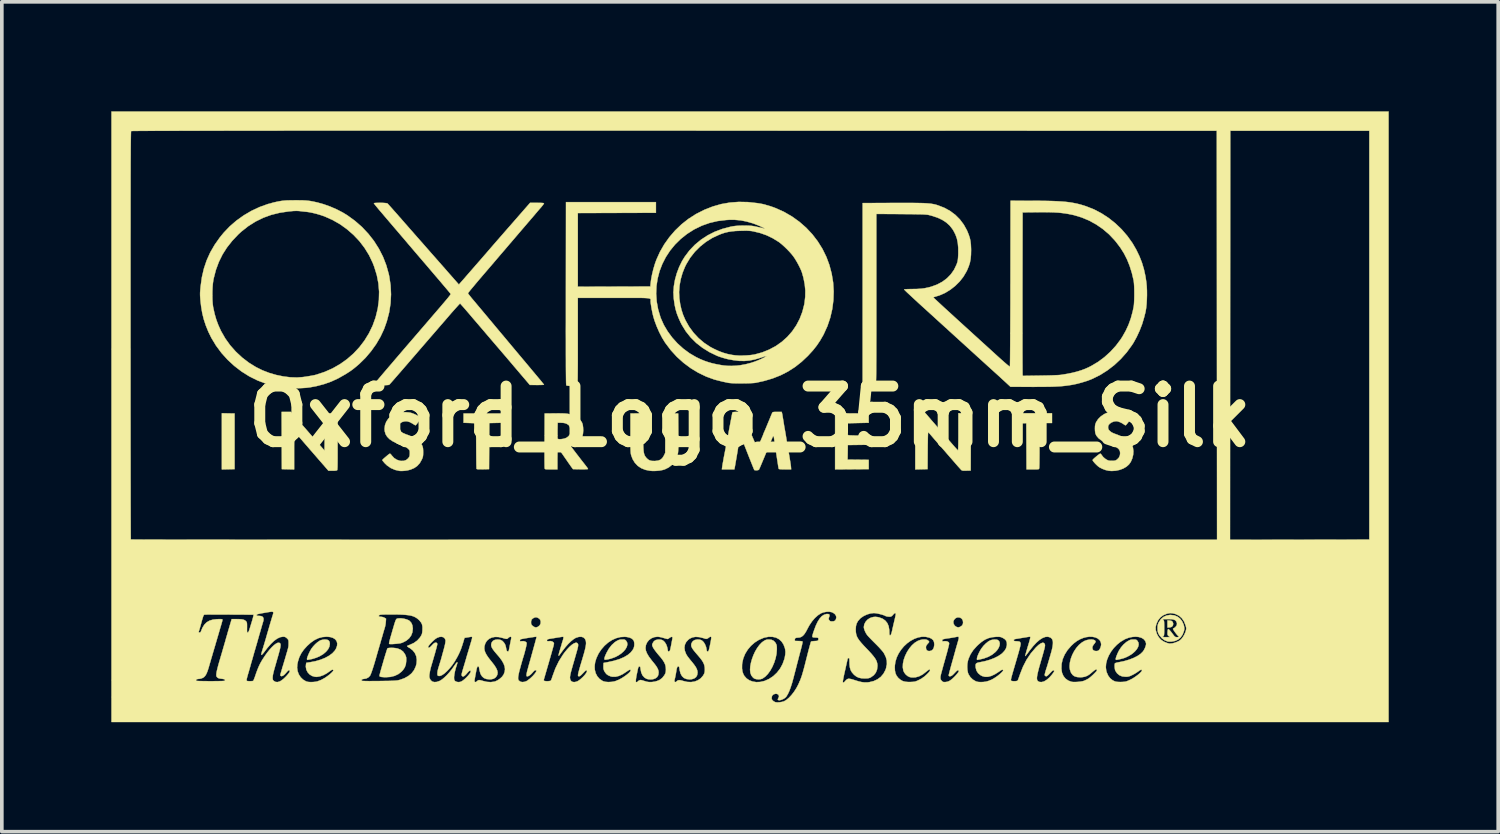
<source format=kicad_pcb>
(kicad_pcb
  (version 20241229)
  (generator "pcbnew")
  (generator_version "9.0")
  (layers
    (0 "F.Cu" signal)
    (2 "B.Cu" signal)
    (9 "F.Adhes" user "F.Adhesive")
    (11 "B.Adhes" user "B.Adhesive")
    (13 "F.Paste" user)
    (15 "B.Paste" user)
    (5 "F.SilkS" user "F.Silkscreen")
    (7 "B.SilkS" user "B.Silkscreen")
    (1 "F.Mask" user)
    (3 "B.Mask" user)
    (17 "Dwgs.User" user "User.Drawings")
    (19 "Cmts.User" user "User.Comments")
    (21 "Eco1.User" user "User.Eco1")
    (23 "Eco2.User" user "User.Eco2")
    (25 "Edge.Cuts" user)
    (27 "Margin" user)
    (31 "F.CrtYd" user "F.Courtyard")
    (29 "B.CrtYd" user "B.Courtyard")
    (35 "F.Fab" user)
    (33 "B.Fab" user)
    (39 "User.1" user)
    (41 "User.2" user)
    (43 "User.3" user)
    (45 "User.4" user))
  (footprint "Oxford_Logo_35mm_Silk"
    (layer "F.Cu")
    (at 17.493 8.362)
    (property "Reference" "Oxford_Logo_35mm_Silk" (at 0 0 0) (layer "F.SilkS") (effects (font (size 1.524 1.524) (thickness 0.3))))
    (attr through_hole)
    (fp_poly (pts (xy -14.291 -0.086) (xy -14.116 -0.083) (xy -14.116 1.441) (xy -14.465 1.449) (xy -14.465 -0.09) (xy -14.291 -0.086)) (stroke (width 0.01) (type solid)) (fill yes) (layer "F.SilkS"))
    (fp_poly (pts (xy 11.55 5.597) (xy 11.584 5.623) (xy 11.599 5.667) (xy 11.6 5.686) (xy 11.59 5.732) (xy 11.559 5.763) (xy 11.511 5.778) (xy 11.492 5.779) (xy 11.443 5.779) (xy 11.443 5.588) (xy 11.498 5.588) (xy 11.55 5.597)) (stroke (width 0.01) (type solid)) (fill yes) (layer "F.SilkS"))
    (fp_poly (pts (xy -6.788 0.171) (xy -6.963 0.175) (xy -7.137 0.179) (xy -7.14 0.81) (xy -7.144 1.441) (xy -7.312 1.445) (xy -7.385 1.446) (xy -7.436 1.445) (xy -7.468 1.442) (xy -7.484 1.436) (xy -7.487 1.432) (xy -7.488 1.417) (xy -7.489 1.378) (xy -7.491 1.319) (xy -7.492 1.243) (xy -7.493 1.151) (xy -7.494 1.046) (xy -7.495 0.931) (xy -7.496 0.809) (xy -7.496 0.8) (xy -7.499 0.184) (xy -7.842 0.171) (xy -7.842 -0.083) (xy -6.788 -0.083) (xy -6.788 0.171)) (stroke (width 0.01) (type solid)) (fill yes) (layer "F.SilkS"))
    (fp_poly (pts (xy 8.28 0.178) (xy 7.938 0.178) (xy 7.937 0.784) (xy 7.937 0.907) (xy 7.937 1.022) (xy 7.936 1.128) (xy 7.935 1.221) (xy 7.934 1.3) (xy 7.932 1.361) (xy 7.931 1.401) (xy 7.929 1.419) (xy 7.925 1.431) (xy 7.918 1.439) (xy 7.902 1.444) (xy 7.874 1.446) (xy 7.83 1.448) (xy 7.765 1.448) (xy 7.752 1.448) (xy 7.582 1.448) (xy 7.579 0.816) (xy 7.576 0.184) (xy 7.401 0.181) (xy 7.226 0.177) (xy 7.226 -0.089) (xy 8.28 -0.089) (xy 8.28 0.178)) (stroke (width 0.01) (type solid)) (fill yes) (layer "F.SilkS"))
    (fp_poly (pts (xy 2.797 -0.086) (xy 3.258 -0.083) (xy 3.258 0.171) (xy 2.686 0.184) (xy 2.682 0.342) (xy 2.682 0.414) (xy 2.683 0.463) (xy 2.687 0.494) (xy 2.693 0.509) (xy 2.695 0.51) (xy 2.712 0.513) (xy 2.751 0.516) (xy 2.807 0.518) (xy 2.876 0.52) (xy 2.954 0.52) (xy 2.975 0.521) (xy 3.239 0.521) (xy 3.239 0.774) (xy 2.686 0.781) (xy 2.683 0.981) (xy 2.679 1.181) (xy 2.968 1.184) (xy 3.258 1.187) (xy 3.258 1.441) (xy 2.337 1.448) (xy 2.337 -0.089) (xy 2.797 -0.086)) (stroke (width 0.01) (type solid)) (fill yes) (layer "F.SilkS"))
    (fp_poly (pts (xy -3.452 6.11) (xy -3.424 6.115) (xy -3.404 6.128) (xy -3.386 6.148) (xy -3.359 6.197) (xy -3.355 6.252) (xy -3.371 6.311) (xy -3.405 6.372) (xy -3.455 6.432) (xy -3.52 6.49) (xy -3.598 6.543) (xy -3.685 6.589) (xy -3.782 6.625) (xy -3.81 6.634) (xy -3.887 6.653) (xy -3.942 6.662) (xy -3.973 6.661) (xy -3.981 6.656) (xy -3.984 6.633) (xy -3.976 6.594) (xy -3.954 6.538) (xy -3.922 6.469) (xy -3.859 6.358) (xy -3.785 6.263) (xy -3.704 6.188) (xy -3.657 6.156) (xy -3.609 6.13) (xy -3.572 6.116) (xy -3.533 6.11) (xy -3.497 6.109) (xy -3.452 6.11)) (stroke (width 0.01) (type solid)) (fill yes) (layer "F.SilkS"))
    (fp_poly (pts (xy 6.754 6.112) (xy 6.796 6.123) (xy 6.803 6.128) (xy 6.836 6.165) (xy 6.849 6.214) (xy 6.843 6.271) (xy 6.819 6.335) (xy 6.777 6.4) (xy 6.732 6.45) (xy 6.643 6.523) (xy 6.535 6.583) (xy 6.411 6.629) (xy 6.306 6.654) (xy 6.266 6.661) (xy 6.237 6.666) (xy 6.227 6.668) (xy 6.224 6.657) (xy 6.223 6.633) (xy 6.23 6.594) (xy 6.249 6.541) (xy 6.276 6.48) (xy 6.309 6.416) (xy 6.345 6.358) (xy 6.346 6.356) (xy 6.402 6.283) (xy 6.465 6.219) (xy 6.529 6.167) (xy 6.586 6.134) (xy 6.64 6.117) (xy 6.699 6.11) (xy 6.754 6.112)) (stroke (width 0.01) (type solid)) (fill yes) (layer "F.SilkS"))
    (fp_poly (pts (xy -11.577 6.116) (xy -11.536 6.138) (xy -11.513 6.177) (xy -11.506 6.232) (xy -11.519 6.305) (xy -11.554 6.376) (xy -11.61 6.443) (xy -11.683 6.506) (xy -11.773 6.561) (xy -11.875 6.607) (xy -11.987 6.642) (xy -12.045 6.654) (xy -12.085 6.661) (xy -12.114 6.666) (xy -12.123 6.668) (xy -12.129 6.658) (xy -12.132 6.65) (xy -12.131 6.628) (xy -12.12 6.59) (xy -12.101 6.54) (xy -12.077 6.485) (xy -12.05 6.43) (xy -12.022 6.38) (xy -12.01 6.36) (xy -11.962 6.298) (xy -11.905 6.237) (xy -11.845 6.184) (xy -11.787 6.145) (xy -11.763 6.132) (xy -11.712 6.117) (xy -11.654 6.109) (xy -11.638 6.109) (xy -11.577 6.116)) (stroke (width 0.01) (type solid)) (fill yes) (layer "F.SilkS"))
    (fp_poly (pts (xy 10.555 6.11) (xy 10.584 6.115) (xy 10.604 6.128) (xy 10.622 6.148) (xy 10.649 6.197) (xy 10.654 6.253) (xy 10.638 6.313) (xy 10.603 6.375) (xy 10.551 6.436) (xy 10.484 6.495) (xy 10.402 6.549) (xy 10.309 6.596) (xy 10.259 6.616) (xy 10.22 6.628) (xy 10.171 6.641) (xy 10.119 6.653) (xy 10.073 6.663) (xy 10.041 6.667) (xy 10.037 6.668) (xy 10.029 6.658) (xy 10.025 6.65) (xy 10.027 6.629) (xy 10.037 6.591) (xy 10.055 6.542) (xy 10.077 6.489) (xy 10.102 6.437) (xy 10.116 6.41) (xy 10.173 6.323) (xy 10.242 6.244) (xy 10.316 6.18) (xy 10.35 6.158) (xy 10.397 6.131) (xy 10.433 6.116) (xy 10.47 6.11) (xy 10.51 6.109) (xy 10.555 6.11)) (stroke (width 0.01) (type solid)) (fill yes) (layer "F.SilkS"))
    (fp_poly (pts (xy 0.595 6.117) (xy 0.653 6.144) (xy 0.698 6.191) (xy 0.712 6.213) (xy 0.727 6.244) (xy 0.736 6.274) (xy 0.74 6.312) (xy 0.741 6.366) (xy 0.741 6.382) (xy 0.732 6.501) (xy 0.707 6.622) (xy 0.669 6.741) (xy 0.62 6.855) (xy 0.562 6.96) (xy 0.496 7.051) (xy 0.425 7.125) (xy 0.35 7.178) (xy 0.345 7.181) (xy 0.293 7.197) (xy 0.231 7.201) (xy 0.169 7.194) (xy 0.119 7.176) (xy 0.113 7.172) (xy 0.08 7.142) (xy 0.049 7.102) (xy 0.039 7.087) (xy 0.016 7.021) (xy 0.007 6.94) (xy 0.013 6.847) (xy 0.032 6.746) (xy 0.061 6.642) (xy 0.1 6.537) (xy 0.147 6.436) (xy 0.202 6.343) (xy 0.262 6.261) (xy 0.326 6.193) (xy 0.373 6.157) (xy 0.418 6.13) (xy 0.454 6.116) (xy 0.49 6.11) (xy 0.522 6.109) (xy 0.595 6.117)) (stroke (width 0.01) (type solid)) (fill yes) (layer "F.SilkS"))
    (fp_poly (pts (xy -9.762 6.339) (xy -9.706 6.345) (xy -9.657 6.354) (xy -9.646 6.357) (xy -9.562 6.391) (xy -9.498 6.441) (xy -9.45 6.508) (xy -9.443 6.522) (xy -9.425 6.563) (xy -9.415 6.598) (xy -9.412 6.638) (xy -9.413 6.691) (xy -9.413 6.698) (xy -9.424 6.791) (xy -9.452 6.87) (xy -9.499 6.942) (xy -9.541 6.988) (xy -9.628 7.056) (xy -9.73 7.105) (xy -9.847 7.134) (xy -9.975 7.143) (xy -10.027 7.141) (xy -10.085 7.136) (xy -10.122 7.129) (xy -10.142 7.118) (xy -10.147 7.103) (xy -10.147 7.102) (xy -10.144 7.084) (xy -10.134 7.045) (xy -10.119 6.989) (xy -10.1 6.921) (xy -10.078 6.844) (xy -10.054 6.762) (xy -10.03 6.678) (xy -10.006 6.596) (xy -9.983 6.52) (xy -9.962 6.454) (xy -9.946 6.402) (xy -9.934 6.367) (xy -9.928 6.353) (xy -9.908 6.344) (xy -9.869 6.339) (xy -9.819 6.337) (xy -9.762 6.339)) (stroke (width 0.01) (type solid)) (fill yes) (layer "F.SilkS"))
    (fp_poly (pts (xy -9.481 5.538) (xy -9.41 5.556) (xy -9.35 5.58) (xy -9.325 5.596) (xy -9.276 5.649) (xy -9.245 5.719) (xy -9.233 5.803) (xy -9.233 5.81) (xy -9.244 5.91) (xy -9.278 5.999) (xy -9.334 6.076) (xy -9.411 6.141) (xy -9.508 6.191) (xy -9.54 6.203) (xy -9.572 6.212) (xy -9.618 6.219) (xy -9.673 6.225) (xy -9.731 6.23) (xy -9.787 6.234) (xy -9.834 6.235) (xy -9.867 6.233) (xy -9.882 6.229) (xy -9.882 6.228) (xy -9.883 6.214) (xy -9.88 6.194) (xy -9.875 6.166) (xy -9.865 6.126) (xy -9.85 6.071) (xy -9.829 5.999) (xy -9.802 5.906) (xy -9.797 5.886) (xy -9.767 5.786) (xy -9.744 5.706) (xy -9.725 5.646) (xy -9.71 5.602) (xy -9.697 5.571) (xy -9.685 5.552) (xy -9.673 5.541) (xy -9.659 5.535) (xy -9.641 5.533) (xy -9.62 5.53) (xy -9.619 5.53) (xy -9.553 5.529) (xy -9.481 5.538)) (stroke (width 0.01) (type solid)) (fill yes) (layer "F.SilkS"))
    (fp_poly (pts (xy -12.367 0.11) (xy -12.288 0.201) (xy -12.208 0.293) (xy -12.124 0.389) (xy -12.033 0.494) (xy -11.934 0.608) (xy -11.822 0.737) (xy -11.723 0.85) (xy -11.652 0.932) (xy -11.646 0.425) (xy -11.64 -0.083) (xy -11.297 -0.083) (xy -11.293 0.684) (xy -11.293 0.858) (xy -11.293 1.007) (xy -11.293 1.133) (xy -11.294 1.238) (xy -11.295 1.321) (xy -11.296 1.385) (xy -11.299 1.43) (xy -11.301 1.457) (xy -11.304 1.469) (xy -11.323 1.478) (xy -11.36 1.484) (xy -11.42 1.486) (xy -11.431 1.486) (xy -11.543 1.486) (xy -11.612 1.407) (xy -11.654 1.358) (xy -11.709 1.295) (xy -11.774 1.221) (xy -11.845 1.139) (xy -11.918 1.055) (xy -11.99 0.972) (xy -12.058 0.894) (xy -12.118 0.824) (xy -12.166 0.769) (xy -12.167 0.768) (xy -12.248 0.674) (xy -12.315 0.597) (xy -12.368 0.538) (xy -12.409 0.494) (xy -12.439 0.463) (xy -12.459 0.445) (xy -12.47 0.439) (xy -12.473 0.439) (xy -12.475 0.453) (xy -12.478 0.49) (xy -12.48 0.546) (xy -12.481 0.621) (xy -12.483 0.71) (xy -12.484 0.812) (xy -12.484 0.923) (xy -12.484 0.947) (xy -12.484 1.449) (xy -12.652 1.445) (xy -12.821 1.441) (xy -12.827 -0.127) (xy -12.574 -0.127) (xy -12.367 0.11)) (stroke (width 0.01) (type solid)) (fill yes) (layer "F.SilkS"))
    (fp_poly (pts (xy 4.782 -0.127) (xy 4.915 0.028) (xy 4.966 0.088) (xy 5.029 0.16) (xy 5.098 0.239) (xy 5.168 0.319) (xy 5.232 0.394) (xy 5.298 0.469) (xy 5.369 0.55) (xy 5.439 0.631) (xy 5.504 0.706) (xy 5.556 0.766) (xy 5.603 0.82) (xy 5.644 0.865) (xy 5.677 0.901) (xy 5.698 0.922) (xy 5.705 0.927) (xy 5.707 0.915) (xy 5.709 0.88) (xy 5.711 0.825) (xy 5.713 0.753) (xy 5.714 0.666) (xy 5.715 0.567) (xy 5.715 0.458) (xy 5.715 0.419) (xy 5.715 -0.089) (xy 6.058 -0.089) (xy 6.055 0.695) (xy 6.052 1.48) (xy 5.934 1.483) (xy 5.878 1.484) (xy 5.841 1.483) (xy 5.817 1.478) (xy 5.8 1.469) (xy 5.788 1.458) (xy 5.772 1.44) (xy 5.742 1.406) (xy 5.7 1.36) (xy 5.65 1.303) (xy 5.595 1.239) (xy 5.556 1.194) (xy 5.485 1.113) (xy 5.407 1.023) (xy 5.327 0.93) (xy 5.25 0.843) (xy 5.184 0.767) (xy 5.175 0.756) (xy 5.119 0.691) (xy 5.064 0.629) (xy 5.016 0.573) (xy 4.977 0.527) (xy 4.95 0.496) (xy 4.947 0.492) (xy 4.919 0.46) (xy 4.897 0.439) (xy 4.887 0.432) (xy 4.885 0.444) (xy 4.882 0.479) (xy 4.88 0.534) (xy 4.878 0.606) (xy 4.877 0.693) (xy 4.875 0.792) (xy 4.874 0.9) (xy 4.874 0.937) (xy 4.87 1.441) (xy 4.702 1.445) (xy 4.534 1.449) (xy 4.534 -0.127) (xy 4.782 -0.127)) (stroke (width 0.01) (type solid)) (fill yes) (layer "F.SilkS"))
    (fp_poly (pts (xy -2.921 0.419) (xy -2.921 0.561) (xy -2.92 0.679) (xy -2.919 0.777) (xy -2.916 0.858) (xy -2.912 0.923) (xy -2.906 0.975) (xy -2.897 1.016) (xy -2.887 1.05) (xy -2.873 1.078) (xy -2.857 1.103) (xy -2.837 1.128) (xy -2.829 1.137) (xy -2.787 1.177) (xy -2.74 1.203) (xy -2.684 1.216) (xy -2.612 1.218) (xy -2.588 1.217) (xy -2.509 1.207) (xy -2.448 1.183) (xy -2.4 1.143) (xy -2.36 1.083) (xy -2.354 1.071) (xy -2.318 0.997) (xy -2.314 0.483) (xy -2.314 0.37) (xy -2.312 0.264) (xy -2.311 0.168) (xy -2.31 0.085) (xy -2.308 0.018) (xy -2.307 -0.03) (xy -2.305 -0.057) (xy -2.305 -0.061) (xy -2.301 -0.072) (xy -2.294 -0.08) (xy -2.279 -0.085) (xy -2.253 -0.087) (xy -2.21 -0.088) (xy -2.147 -0.086) (xy -2.13 -0.086) (xy -1.962 -0.083) (xy -1.958 0.425) (xy -1.958 0.575) (xy -1.958 0.702) (xy -1.959 0.805) (xy -1.96 0.887) (xy -1.963 0.949) (xy -1.967 0.992) (xy -1.97 1.01) (xy -2.005 1.13) (xy -2.06 1.236) (xy -2.133 1.325) (xy -2.223 1.395) (xy -2.328 1.447) (xy -2.388 1.465) (xy -2.473 1.481) (xy -2.571 1.49) (xy -2.669 1.491) (xy -2.731 1.486) (xy -2.86 1.461) (xy -2.972 1.416) (xy -3.068 1.353) (xy -3.147 1.27) (xy -3.209 1.169) (xy -3.246 1.073) (xy -3.252 1.052) (xy -3.257 1.03) (xy -3.261 1.002) (xy -3.264 0.967) (xy -3.266 0.923) (xy -3.268 0.866) (xy -3.269 0.793) (xy -3.269 0.704) (xy -3.27 0.594) (xy -3.27 0.461) (xy -3.27 0.457) (xy -3.27 -0.083) (xy -3.096 -0.086) (xy -2.921 -0.09) (xy -2.921 0.419)) (stroke (width 0.01) (type solid)) (fill yes) (layer "F.SilkS"))
    (fp_poly (pts (xy 11.63 5.447) (xy 11.715 5.481) (xy 11.787 5.535) (xy 11.844 5.609) (xy 11.886 5.7) (xy 11.898 5.747) (xy 11.906 5.796) (xy 11.903 5.841) (xy 11.895 5.877) (xy 11.858 5.975) (xy 11.804 6.053) (xy 11.736 6.111) (xy 11.653 6.149) (xy 11.557 6.166) (xy 11.51 6.168) (xy 11.47 6.167) (xy 11.449 6.164) (xy 11.365 6.13) (xy 11.289 6.074) (xy 11.26 6.039) (xy 11.313 6.039) (xy 11.328 6.043) (xy 11.362 6.044) (xy 11.405 6.044) (xy 11.513 6.045) (xy 11.477 6.017) (xy 11.458 5.999) (xy 11.447 5.981) (xy 11.444 5.954) (xy 11.445 5.91) (xy 11.445 5.905) (xy 11.449 5.859) (xy 11.455 5.833) (xy 11.465 5.823) (xy 11.468 5.823) (xy 11.483 5.833) (xy 11.509 5.859) (xy 11.541 5.897) (xy 11.569 5.934) (xy 11.606 5.983) (xy 11.631 6.015) (xy 11.651 6.033) (xy 11.669 6.042) (xy 11.69 6.045) (xy 11.706 6.045) (xy 11.744 6.042) (xy 11.759 6.034) (xy 11.749 6.02) (xy 11.736 6.011) (xy 11.717 5.993) (xy 11.691 5.963) (xy 11.661 5.924) (xy 11.632 5.884) (xy 11.609 5.848) (xy 11.596 5.824) (xy 11.595 5.818) (xy 11.603 5.805) (xy 11.607 5.804) (xy 11.623 5.796) (xy 11.65 5.778) (xy 11.657 5.772) (xy 11.693 5.728) (xy 11.705 5.68) (xy 11.692 5.629) (xy 11.691 5.627) (xy 11.671 5.597) (xy 11.645 5.576) (xy 11.609 5.562) (xy 11.558 5.554) (xy 11.488 5.551) (xy 11.447 5.551) (xy 11.383 5.551) (xy 11.342 5.552) (xy 11.32 5.555) (xy 11.313 5.559) (xy 11.318 5.566) (xy 11.325 5.571) (xy 11.336 5.58) (xy 11.343 5.591) (xy 11.349 5.608) (xy 11.352 5.636) (xy 11.353 5.678) (xy 11.354 5.738) (xy 11.354 5.798) (xy 11.354 5.874) (xy 11.353 5.93) (xy 11.351 5.968) (xy 11.347 5.993) (xy 11.342 6.008) (xy 11.333 6.018) (xy 11.325 6.024) (xy 11.313 6.034) (xy 11.313 6.039) (xy 11.26 6.039) (xy 11.227 6.001) (xy 11.204 5.963) (xy 11.185 5.921) (xy 11.175 5.879) (xy 11.171 5.827) (xy 11.17 5.803) (xy 11.172 5.747) (xy 11.178 5.706) (xy 11.191 5.666) (xy 11.208 5.632) (xy 11.262 5.552) (xy 11.331 5.492) (xy 11.414 5.453) (xy 11.509 5.436) (xy 11.534 5.436) (xy 11.63 5.447)) (stroke (width 0.01) (type solid)) (fill yes) (layer "F.SilkS"))
    (fp_poly (pts (xy -5.153 -0.086) (xy -5.086 -0.084) (xy -5.032 -0.08) (xy -4.985 -0.074) (xy -4.96 -0.069) (xy -4.84 -0.036) (xy -4.741 0.012) (xy -4.663 0.074) (xy -4.606 0.15) (xy -4.593 0.176) (xy -4.576 0.231) (xy -4.567 0.302) (xy -4.564 0.381) (xy -4.569 0.458) (xy -4.582 0.525) (xy -4.594 0.56) (xy -4.646 0.646) (xy -4.715 0.717) (xy -4.798 0.768) (xy -4.85 0.788) (xy -4.885 0.803) (xy -4.898 0.817) (xy -4.897 0.821) (xy -4.888 0.835) (xy -4.865 0.866) (xy -4.831 0.912) (xy -4.787 0.969) (xy -4.737 1.035) (xy -4.681 1.107) (xy -4.623 1.183) (xy -4.564 1.258) (xy -4.507 1.331) (xy -4.493 1.349) (xy -4.464 1.387) (xy -4.442 1.418) (xy -4.433 1.436) (xy -4.432 1.437) (xy -4.444 1.441) (xy -4.478 1.443) (xy -4.529 1.445) (xy -4.593 1.445) (xy -4.638 1.445) (xy -4.844 1.441) (xy -4.883 1.389) (xy -4.901 1.364) (xy -4.931 1.321) (xy -4.971 1.265) (xy -5.016 1.199) (xy -5.065 1.129) (xy -5.085 1.1) (xy -5.132 1.032) (xy -5.175 0.972) (xy -5.212 0.922) (xy -5.239 0.886) (xy -5.256 0.866) (xy -5.26 0.864) (xy -5.263 0.876) (xy -5.265 0.91) (xy -5.268 0.962) (xy -5.269 1.029) (xy -5.27 1.107) (xy -5.271 1.156) (xy -5.271 1.448) (xy -5.442 1.448) (xy -5.511 1.448) (xy -5.558 1.447) (xy -5.589 1.444) (xy -5.606 1.44) (xy -5.615 1.433) (xy -5.619 1.422) (xy -5.62 1.419) (xy -5.621 1.402) (xy -5.622 1.361) (xy -5.623 1.299) (xy -5.624 1.22) (xy -5.624 1.124) (xy -5.624 1.015) (xy -5.624 0.894) (xy -5.624 0.764) (xy -5.623 0.654) (xy -5.622 0.452) (xy -5.268 0.452) (xy -5.268 0.515) (xy -5.268 0.564) (xy -5.266 0.597) (xy -5.265 0.606) (xy -5.248 0.617) (xy -5.212 0.622) (xy -5.163 0.619) (xy -5.106 0.61) (xy -5.08 0.604) (xy -5.022 0.582) (xy -4.975 0.547) (xy -4.963 0.534) (xy -4.938 0.506) (xy -4.923 0.483) (xy -4.917 0.455) (xy -4.915 0.415) (xy -4.915 0.393) (xy -4.919 0.323) (xy -4.934 0.272) (xy -4.963 0.234) (xy -5.008 0.204) (xy -5.016 0.2) (xy -5.059 0.183) (xy -5.107 0.174) (xy -5.169 0.171) (xy -5.264 0.171) (xy -5.268 0.381) (xy -5.268 0.452) (xy -5.622 0.452) (xy -5.62 -0.083) (xy -5.34 -0.086) (xy -5.236 -0.087) (xy -5.153 -0.086)) (stroke (width 0.01) (type solid)) (fill yes) (layer "F.SilkS"))
    (fp_poly (pts (xy -9.417 -0.118) (xy -9.35 -0.113) (xy -9.298 -0.105) (xy -9.29 -0.103) (xy -9.238 -0.086) (xy -9.181 -0.063) (xy -9.124 -0.036) (xy -9.074 -0.01) (xy -9.038 0.012) (xy -9.026 0.023) (xy -9.014 0.038) (xy -9.013 0.053) (xy -9.026 0.075) (xy -9.042 0.096) (xy -9.074 0.139) (xy -9.107 0.183) (xy -9.115 0.193) (xy -9.138 0.222) (xy -9.156 0.239) (xy -9.16 0.241) (xy -9.175 0.234) (xy -9.204 0.217) (xy -9.234 0.197) (xy -9.314 0.153) (xy -9.391 0.131) (xy -9.45 0.131) (xy -9.519 0.148) (xy -9.575 0.18) (xy -9.614 0.22) (xy -9.635 0.268) (xy -9.636 0.318) (xy -9.615 0.368) (xy -9.605 0.382) (xy -9.563 0.418) (xy -9.498 0.454) (xy -9.414 0.49) (xy -9.373 0.504) (xy -9.249 0.553) (xy -9.145 0.61) (xy -9.063 0.675) (xy -9.002 0.746) (xy -8.978 0.791) (xy -8.963 0.83) (xy -8.954 0.869) (xy -8.95 0.917) (xy -8.949 0.978) (xy -8.95 1.039) (xy -8.954 1.084) (xy -8.963 1.122) (xy -8.979 1.162) (xy -8.988 1.181) (xy -9.042 1.277) (xy -9.111 1.353) (xy -9.196 1.412) (xy -9.3 1.456) (xy -9.309 1.458) (xy -9.38 1.476) (xy -9.458 1.487) (xy -9.534 1.492) (xy -9.595 1.49) (xy -9.718 1.462) (xy -9.835 1.412) (xy -9.939 1.34) (xy -9.996 1.286) (xy -10.029 1.248) (xy -10.055 1.217) (xy -10.068 1.197) (xy -10.069 1.192) (xy -10.057 1.178) (xy -10.031 1.152) (xy -9.995 1.121) (xy -9.955 1.087) (xy -9.917 1.055) (xy -9.884 1.031) (xy -9.863 1.017) (xy -9.859 1.016) (xy -9.844 1.026) (xy -9.821 1.051) (xy -9.805 1.072) (xy -9.746 1.136) (xy -9.672 1.184) (xy -9.589 1.212) (xy -9.556 1.216) (xy -9.479 1.214) (xy -9.416 1.192) (xy -9.364 1.15) (xy -9.35 1.133) (xy -9.33 1.103) (xy -9.32 1.072) (xy -9.316 1.03) (xy -9.315 1.006) (xy -9.316 0.961) (xy -9.321 0.932) (xy -9.335 0.909) (xy -9.361 0.883) (xy -9.374 0.871) (xy -9.421 0.835) (xy -9.478 0.806) (xy -9.539 0.783) (xy -9.674 0.732) (xy -9.784 0.678) (xy -9.871 0.619) (xy -9.935 0.554) (xy -9.979 0.482) (xy -10.002 0.402) (xy -10.007 0.337) (xy -9.995 0.235) (xy -9.959 0.141) (xy -9.902 0.056) (xy -9.823 -0.017) (xy -9.726 -0.076) (xy -9.717 -0.08) (xy -9.677 -0.098) (xy -9.643 -0.109) (xy -9.608 -0.116) (xy -9.563 -0.119) (xy -9.501 -0.12) (xy -9.493 -0.12) (xy -9.417 -0.118)) (stroke (width 0.01) (type solid)) (fill yes) (layer "F.SilkS"))
    (fp_poly (pts (xy 10.038 -0.118) (xy 10.103 -0.113) (xy 10.151 -0.106) (xy 10.16 -0.103) (xy 10.24 -0.076) (xy 10.311 -0.047) (xy 10.37 -0.018) (xy 10.412 0.01) (xy 10.436 0.034) (xy 10.439 0.045) (xy 10.432 0.063) (xy 10.414 0.094) (xy 10.388 0.132) (xy 10.358 0.172) (xy 10.33 0.207) (xy 10.308 0.232) (xy 10.295 0.241) (xy 10.278 0.234) (xy 10.251 0.216) (xy 10.239 0.208) (xy 10.193 0.179) (xy 10.138 0.153) (xy 10.083 0.134) (xy 10.039 0.127) (xy 10.038 0.127) (xy 9.97 0.138) (xy 9.904 0.166) (xy 9.859 0.2) (xy 9.831 0.233) (xy 9.819 0.265) (xy 9.817 0.296) (xy 9.821 0.337) (xy 9.837 0.367) (xy 9.858 0.39) (xy 9.883 0.412) (xy 9.906 0.429) (xy 9.934 0.445) (xy 9.97 0.461) (xy 10.022 0.481) (xy 10.074 0.5) (xy 10.194 0.548) (xy 10.292 0.597) (xy 10.368 0.648) (xy 10.425 0.704) (xy 10.466 0.764) (xy 10.467 0.766) (xy 10.498 0.853) (xy 10.51 0.949) (xy 10.503 1.05) (xy 10.479 1.149) (xy 10.439 1.241) (xy 10.388 1.313) (xy 10.319 1.374) (xy 10.232 1.425) (xy 10.132 1.462) (xy 10.025 1.485) (xy 9.916 1.492) (xy 9.836 1.486) (xy 9.748 1.466) (xy 9.66 1.433) (xy 9.584 1.394) (xy 9.572 1.386) (xy 9.534 1.357) (xy 9.494 1.32) (xy 9.455 1.28) (xy 9.423 1.243) (xy 9.4 1.212) (xy 9.392 1.192) (xy 9.393 1.189) (xy 9.406 1.173) (xy 9.433 1.146) (xy 9.47 1.114) (xy 9.51 1.081) (xy 9.549 1.05) (xy 9.581 1.027) (xy 9.601 1.016) (xy 9.603 1.016) (xy 9.619 1.026) (xy 9.64 1.052) (xy 9.65 1.068) (xy 9.683 1.11) (xy 9.733 1.153) (xy 9.751 1.166) (xy 9.791 1.19) (xy 9.823 1.204) (xy 9.857 1.211) (xy 9.904 1.213) (xy 9.92 1.213) (xy 9.971 1.212) (xy 10.006 1.207) (xy 10.033 1.197) (xy 10.06 1.179) (xy 10.064 1.176) (xy 10.114 1.124) (xy 10.141 1.06) (xy 10.147 1.002) (xy 10.141 0.952) (xy 10.122 0.909) (xy 10.086 0.87) (xy 10.033 0.834) (xy 9.959 0.799) (xy 9.862 0.762) (xy 9.861 0.761) (xy 9.735 0.711) (xy 9.633 0.654) (xy 9.553 0.593) (xy 9.498 0.526) (xy 9.473 0.475) (xy 9.464 0.438) (xy 9.458 0.386) (xy 9.456 0.329) (xy 9.456 0.323) (xy 9.458 0.264) (xy 9.465 0.219) (xy 9.479 0.178) (xy 9.492 0.149) (xy 9.544 0.07) (xy 9.616 -0.002) (xy 9.703 -0.062) (xy 9.738 -0.08) (xy 9.779 -0.098) (xy 9.812 -0.109) (xy 9.848 -0.116) (xy 9.892 -0.119) (xy 9.953 -0.12) (xy 9.963 -0.12) (xy 10.038 -0.118)) (stroke (width 0.01) (type solid)) (fill yes) (layer "F.SilkS"))
    (fp_poly (pts (xy -12.338 -5.924) (xy -12.249 -5.923) (xy -12.174 -5.919) (xy -12.107 -5.913) (xy -12.043 -5.905) (xy -11.975 -5.892) (xy -11.899 -5.876) (xy -11.849 -5.865) (xy -11.677 -5.817) (xy -11.498 -5.753) (xy -11.32 -5.676) (xy -11.152 -5.589) (xy -11.027 -5.513) (xy -10.818 -5.361) (xy -10.626 -5.193) (xy -10.452 -5.008) (xy -10.297 -4.81) (xy -10.163 -4.599) (xy -10.05 -4.378) (xy -9.96 -4.146) (xy -9.893 -3.907) (xy -9.88 -3.848) (xy -9.842 -3.598) (xy -9.83 -3.349) (xy -9.843 -3.101) (xy -9.881 -2.854) (xy -9.945 -2.609) (xy -10.021 -2.395) (xy -10.118 -2.188) (xy -10.237 -1.984) (xy -10.376 -1.79) (xy -10.53 -1.608) (xy -10.699 -1.442) (xy -10.757 -1.392) (xy -10.818 -1.341) (xy -10.868 -1.301) (xy -10.914 -1.267) (xy -10.961 -1.234) (xy -11.017 -1.198) (xy -11.087 -1.154) (xy -11.278 -1.046) (xy -11.468 -0.958) (xy -11.665 -0.888) (xy -11.873 -0.833) (xy -12.049 -0.8) (xy -12.155 -0.787) (xy -12.277 -0.779) (xy -12.409 -0.775) (xy -12.542 -0.776) (xy -12.67 -0.782) (xy -12.785 -0.792) (xy -12.846 -0.801) (xy -12.931 -0.816) (xy -12.997 -0.828) (xy -13.054 -0.84) (xy -13.107 -0.854) (xy -13.164 -0.871) (xy -13.232 -0.892) (xy -13.258 -0.901) (xy -13.49 -0.99) (xy -13.713 -1.101) (xy -13.925 -1.234) (xy -14.123 -1.386) (xy -14.307 -1.556) (xy -14.474 -1.741) (xy -14.623 -1.941) (xy -14.752 -2.155) (xy -14.835 -2.324) (xy -14.905 -2.497) (xy -14.96 -2.664) (xy -15.002 -2.835) (xy -15.032 -3.016) (xy -15.046 -3.134) (xy -15.054 -3.217) (xy -15.059 -3.282) (xy -15.06 -3.314) (xy -14.725 -3.314) (xy -14.723 -3.199) (xy -14.716 -3.094) (xy -14.705 -3.006) (xy -14.702 -2.991) (xy -14.664 -2.816) (xy -14.618 -2.657) (xy -14.562 -2.506) (xy -14.493 -2.354) (xy -14.484 -2.336) (xy -14.371 -2.139) (xy -14.237 -1.952) (xy -14.083 -1.778) (xy -13.913 -1.619) (xy -13.728 -1.477) (xy -13.532 -1.355) (xy -13.354 -1.267) (xy -13.168 -1.195) (xy -12.976 -1.139) (xy -12.782 -1.099) (xy -12.591 -1.075) (xy -12.408 -1.069) (xy -12.254 -1.08) (xy -12.171 -1.091) (xy -12.085 -1.105) (xy -12.004 -1.119) (xy -11.934 -1.132) (xy -11.882 -1.145) (xy -11.881 -1.145) (xy -11.649 -1.222) (xy -11.43 -1.319) (xy -11.224 -1.437) (xy -11.033 -1.573) (xy -10.857 -1.727) (xy -10.698 -1.897) (xy -10.557 -2.082) (xy -10.435 -2.28) (xy -10.333 -2.491) (xy -10.253 -2.713) (xy -10.196 -2.945) (xy -10.193 -2.959) (xy -10.162 -3.191) (xy -10.156 -3.42) (xy -10.175 -3.647) (xy -10.219 -3.874) (xy -10.289 -4.101) (xy -10.331 -4.21) (xy -10.431 -4.42) (xy -10.553 -4.618) (xy -10.695 -4.804) (xy -10.856 -4.975) (xy -11.033 -5.129) (xy -11.224 -5.267) (xy -11.429 -5.384) (xy -11.645 -5.481) (xy -11.672 -5.491) (xy -11.767 -5.523) (xy -11.869 -5.553) (xy -11.97 -5.578) (xy -12.062 -5.597) (xy -12.13 -5.607) (xy -12.183 -5.612) (xy -12.248 -5.619) (xy -12.313 -5.627) (xy -12.321 -5.628) (xy -12.376 -5.633) (xy -12.432 -5.634) (xy -12.497 -5.632) (xy -12.577 -5.625) (xy -12.632 -5.62) (xy -12.879 -5.583) (xy -13.113 -5.525) (xy -13.335 -5.444) (xy -13.544 -5.341) (xy -13.742 -5.216) (xy -13.929 -5.068) (xy -14.013 -4.991) (xy -14.181 -4.814) (xy -14.325 -4.631) (xy -14.447 -4.439) (xy -14.547 -4.236) (xy -14.627 -4.02) (xy -14.687 -3.79) (xy -14.697 -3.74) (xy -14.71 -3.652) (xy -14.719 -3.547) (xy -14.724 -3.432) (xy -14.725 -3.314) (xy -15.06 -3.314) (xy -15.061 -3.337) (xy -15.061 -3.389) (xy -15.057 -3.447) (xy -15.051 -3.517) (xy -15.046 -3.568) (xy -15.011 -3.819) (xy -14.956 -4.055) (xy -14.88 -4.28) (xy -14.783 -4.495) (xy -14.663 -4.703) (xy -14.52 -4.906) (xy -14.413 -5.037) (xy -14.248 -5.21) (xy -14.064 -5.369) (xy -13.865 -5.511) (xy -13.654 -5.635) (xy -13.432 -5.739) (xy -13.205 -5.821) (xy -13.043 -5.865) (xy -12.958 -5.884) (xy -12.886 -5.898) (xy -12.821 -5.909) (xy -12.756 -5.916) (xy -12.687 -5.921) (xy -12.606 -5.923) (xy -12.51 -5.924) (xy -12.446 -5.925) (xy -12.338 -5.924)) (stroke (width 0.01) (type solid)) (fill yes) (layer "F.SilkS"))
    (fp_poly (pts (xy 0.883 -0.092) (xy 0.89 -0.059) (xy 0.898 -0.014) (xy 0.902 0.013) (xy 0.923 0.14) (xy 0.943 0.265) (xy 0.963 0.377) (xy 0.971 0.422) (xy 0.982 0.485) (xy 0.993 0.55) (xy 1.001 0.605) (xy 1.003 0.612) (xy 1.009 0.654) (xy 1.019 0.714) (xy 1.031 0.785) (xy 1.044 0.859) (xy 1.048 0.883) (xy 1.068 0.998) (xy 1.084 1.091) (xy 1.096 1.166) (xy 1.106 1.225) (xy 1.113 1.271) (xy 1.119 1.308) (xy 1.123 1.338) (xy 1.126 1.364) (xy 1.127 1.375) (xy 1.133 1.448) (xy 0.967 1.448) (xy 0.905 1.447) (xy 0.852 1.445) (xy 0.814 1.441) (xy 0.796 1.437) (xy 0.795 1.437) (xy 0.79 1.419) (xy 0.782 1.384) (xy 0.775 1.338) (xy 0.774 1.332) (xy 0.765 1.271) (xy 0.755 1.208) (xy 0.748 1.162) (xy 0.741 1.116) (xy 0.732 1.055) (xy 0.722 0.988) (xy 0.716 0.946) (xy 0.706 0.881) (xy 0.697 0.816) (xy 0.689 0.762) (xy 0.685 0.737) (xy 0.677 0.681) (xy 0.668 0.622) (xy 0.665 0.6) (xy 0.659 0.563) (xy 0.652 0.539) (xy 0.648 0.533) (xy 0.645 0.533) (xy 0.642 0.535) (xy 0.639 0.54) (xy 0.633 0.55) (xy 0.624 0.568) (xy 0.612 0.596) (xy 0.595 0.636) (xy 0.572 0.69) (xy 0.543 0.76) (xy 0.507 0.849) (xy 0.462 0.958) (xy 0.438 1.016) (xy 0.397 1.114) (xy 0.359 1.205) (xy 0.325 1.286) (xy 0.296 1.355) (xy 0.273 1.408) (xy 0.257 1.443) (xy 0.25 1.457) (xy 0.232 1.466) (xy 0.2 1.472) (xy 0.164 1.473) (xy 0.135 1.47) (xy 0.123 1.464) (xy 0.116 1.448) (xy 0.101 1.413) (xy 0.08 1.36) (xy 0.053 1.294) (xy 0.023 1.218) (xy -0.011 1.134) (xy -0.046 1.045) (xy -0.081 0.956) (xy -0.115 0.869) (xy -0.147 0.788) (xy -0.175 0.715) (xy -0.199 0.654) (xy -0.216 0.608) (xy -0.226 0.58) (xy -0.229 0.574) (xy -0.237 0.556) (xy -0.246 0.547) (xy -0.256 0.542) (xy -0.264 0.547) (xy -0.272 0.564) (xy -0.279 0.598) (xy -0.289 0.651) (xy -0.299 0.718) (xy -0.309 0.78) (xy -0.319 0.845) (xy -0.327 0.898) (xy -0.329 0.908) (xy -0.338 0.965) (xy -0.349 1.029) (xy -0.355 1.067) (xy -0.408 1.372) (xy -0.423 1.448) (xy -0.765 1.448) (xy -0.756 1.381) (xy -0.751 1.345) (xy -0.742 1.29) (xy -0.729 1.222) (xy -0.716 1.145) (xy -0.701 1.066) (xy -0.686 0.99) (xy -0.673 0.922) (xy -0.662 0.869) (xy -0.661 0.864) (xy -0.651 0.812) (xy -0.642 0.758) (xy -0.641 0.749) (xy -0.633 0.702) (xy -0.624 0.657) (xy -0.622 0.648) (xy -0.614 0.615) (xy -0.604 0.566) (xy -0.594 0.509) (xy -0.59 0.489) (xy -0.574 0.398) (xy -0.556 0.305) (xy -0.539 0.212) (xy -0.522 0.124) (xy -0.507 0.045) (xy -0.494 -0.022) (xy -0.484 -0.073) (xy -0.477 -0.105) (xy -0.475 -0.111) (xy -0.463 -0.119) (xy -0.432 -0.124) (xy -0.379 -0.127) (xy -0.35 -0.127) (xy -0.284 -0.125) (xy -0.241 -0.121) (xy -0.221 -0.113) (xy -0.22 -0.111) (xy -0.213 -0.096) (xy -0.197 -0.061) (xy -0.173 -0.007) (xy -0.143 0.062) (xy -0.107 0.143) (xy -0.068 0.235) (xy -0.025 0.334) (xy -0.021 0.343) (xy 0.022 0.444) (xy 0.063 0.538) (xy 0.1 0.624) (xy 0.132 0.698) (xy 0.158 0.758) (xy 0.176 0.8) (xy 0.186 0.822) (xy 0.186 0.823) (xy 0.202 0.848) (xy 0.218 0.857) (xy 0.228 0.847) (xy 0.229 0.837) (xy 0.233 0.822) (xy 0.246 0.788) (xy 0.265 0.741) (xy 0.287 0.686) (xy 0.311 0.628) (xy 0.335 0.573) (xy 0.35 0.538) (xy 0.362 0.509) (xy 0.368 0.491) (xy 0.368 0.49) (xy 0.373 0.475) (xy 0.385 0.445) (xy 0.393 0.428) (xy 0.406 0.399) (xy 0.426 0.352) (xy 0.452 0.29) (xy 0.481 0.22) (xy 0.508 0.154) (xy 0.538 0.083) (xy 0.565 0.017) (xy 0.587 -0.037) (xy 0.604 -0.077) (xy 0.613 -0.097) (xy 0.62 -0.111) (xy 0.632 -0.119) (xy 0.652 -0.124) (xy 0.687 -0.127) (xy 0.74 -0.127) (xy 0.75 -0.127) (xy 0.874 -0.127) (xy 0.883 -0.092)) (stroke (width 0.01) (type solid)) (fill yes) (layer "F.SilkS"))
    (fp_poly (pts (xy -10.095 -5.855) (xy -10.038 -5.853) (xy -9.988 -5.849) (xy -9.95 -5.845) (xy -9.929 -5.839) (xy -9.929 -5.839) (xy -9.916 -5.826) (xy -9.889 -5.796) (xy -9.849 -5.752) (xy -9.798 -5.695) (xy -9.739 -5.628) (xy -9.673 -5.554) (xy -9.614 -5.486) (xy -9.536 -5.398) (xy -9.456 -5.306) (xy -9.376 -5.215) (xy -9.301 -5.129) (xy -9.233 -5.053) (xy -9.178 -4.989) (xy -9.157 -4.966) (xy -9.098 -4.898) (xy -9.027 -4.818) (xy -8.951 -4.732) (xy -8.875 -4.645) (xy -8.804 -4.564) (xy -8.793 -4.552) (xy -8.735 -4.485) (xy -8.663 -4.404) (xy -8.582 -4.312) (xy -8.497 -4.215) (xy -8.409 -4.115) (xy -8.324 -4.019) (xy -8.281 -3.969) (xy -7.97 -3.616) (xy -7.932 -3.66) (xy -7.889 -3.709) (xy -7.835 -3.77) (xy -7.774 -3.841) (xy -7.706 -3.919) (xy -7.634 -4.001) (xy -7.561 -4.085) (xy -7.488 -4.169) (xy -7.417 -4.25) (xy -7.351 -4.326) (xy -7.293 -4.393) (xy -7.243 -4.45) (xy -7.205 -4.494) (xy -7.181 -4.522) (xy -7.176 -4.528) (xy -7.143 -4.566) (xy -7.094 -4.623) (xy -7.03 -4.697) (xy -6.95 -4.789) (xy -6.855 -4.898) (xy -6.746 -5.023) (xy -6.623 -5.164) (xy -6.486 -5.32) (xy -6.337 -5.491) (xy -6.233 -5.61) (xy -6.019 -5.855) (xy -5.829 -5.855) (xy -5.746 -5.854) (xy -5.688 -5.852) (xy -5.652 -5.847) (xy -5.639 -5.842) (xy -5.639 -5.841) (xy -5.647 -5.825) (xy -5.667 -5.796) (xy -5.696 -5.76) (xy -5.7 -5.755) (xy -5.718 -5.733) (xy -5.752 -5.695) (xy -5.799 -5.64) (xy -5.858 -5.571) (xy -5.927 -5.489) (xy -6.006 -5.397) (xy -6.093 -5.296) (xy -6.185 -5.188) (xy -6.283 -5.074) (xy -6.37 -4.972) (xy -6.481 -4.842) (xy -6.598 -4.706) (xy -6.716 -4.567) (xy -6.835 -4.429) (xy -6.95 -4.294) (xy -7.06 -4.165) (xy -7.162 -4.046) (xy -7.253 -3.94) (xy -7.331 -3.849) (xy -7.35 -3.827) (xy -7.427 -3.737) (xy -7.498 -3.653) (xy -7.562 -3.576) (xy -7.618 -3.509) (xy -7.664 -3.454) (xy -7.697 -3.412) (xy -7.717 -3.386) (xy -7.722 -3.378) (xy -7.714 -3.364) (xy -7.692 -3.334) (xy -7.659 -3.292) (xy -7.619 -3.242) (xy -7.591 -3.209) (xy -7.555 -3.167) (xy -7.506 -3.108) (xy -7.445 -3.035) (xy -7.374 -2.951) (xy -7.297 -2.859) (xy -7.216 -2.762) (xy -7.132 -2.661) (xy -7.067 -2.584) (xy -6.984 -2.484) (xy -6.9 -2.384) (xy -6.82 -2.288) (xy -6.744 -2.198) (xy -6.676 -2.117) (xy -6.618 -2.047) (xy -6.572 -1.993) (xy -6.547 -1.962) (xy -6.483 -1.886) (xy -6.406 -1.794) (xy -6.315 -1.685) (xy -6.209 -1.559) (xy -6.088 -1.415) (xy -5.952 -1.252) (xy -5.832 -1.109) (xy -5.778 -1.044) (xy -5.729 -0.986) (xy -5.689 -0.936) (xy -5.659 -0.899) (xy -5.642 -0.876) (xy -5.639 -0.871) (xy -5.651 -0.869) (xy -5.684 -0.867) (xy -5.734 -0.865) (xy -5.796 -0.864) (xy -5.832 -0.864) (xy -6.026 -0.865) (xy -6.174 -1.039) (xy -6.256 -1.135) (xy -6.353 -1.249) (xy -6.465 -1.38) (xy -6.59 -1.528) (xy -6.728 -1.69) (xy -6.878 -1.865) (xy -7.039 -2.053) (xy -7.21 -2.253) (xy -7.389 -2.463) (xy -7.577 -2.682) (xy -7.688 -2.813) (xy -7.75 -2.885) (xy -7.806 -2.95) (xy -7.855 -3.006) (xy -7.895 -3.05) (xy -7.922 -3.081) (xy -7.936 -3.096) (xy -7.938 -3.096) (xy -7.948 -3.088) (xy -7.973 -3.063) (xy -8.01 -3.022) (xy -8.058 -2.969) (xy -8.114 -2.906) (xy -8.177 -2.835) (xy -8.219 -2.786) (xy -8.298 -2.694) (xy -8.389 -2.589) (xy -8.487 -2.476) (xy -8.586 -2.361) (xy -8.683 -2.249) (xy -8.771 -2.148) (xy -8.788 -2.127) (xy -8.864 -2.04) (xy -8.952 -1.938) (xy -9.05 -1.825) (xy -9.152 -1.706) (xy -9.256 -1.586) (xy -9.358 -1.468) (xy -9.454 -1.357) (xy -9.477 -1.33) (xy -9.557 -1.238) (xy -9.631 -1.153) (xy -9.699 -1.075) (xy -9.758 -1.007) (xy -9.808 -0.95) (xy -9.846 -0.907) (xy -9.871 -0.88) (xy -9.881 -0.87) (xy -9.899 -0.866) (xy -9.937 -0.862) (xy -9.988 -0.859) (xy -10.049 -0.856) (xy -10.112 -0.854) (xy -10.175 -0.853) (xy -10.23 -0.853) (xy -10.273 -0.855) (xy -10.299 -0.857) (xy -10.303 -0.859) (xy -10.302 -0.864) (xy -10.296 -0.874) (xy -10.284 -0.891) (xy -10.266 -0.915) (xy -10.24 -0.947) (xy -10.206 -0.988) (xy -10.164 -1.039) (xy -10.112 -1.101) (xy -10.05 -1.174) (xy -9.977 -1.26) (xy -9.892 -1.359) (xy -9.795 -1.472) (xy -9.686 -1.6) (xy -9.562 -1.745) (xy -9.424 -1.906) (xy -9.27 -2.084) (xy -9.118 -2.261) (xy -8.974 -2.428) (xy -8.845 -2.578) (xy -8.732 -2.71) (xy -8.632 -2.826) (xy -8.545 -2.927) (xy -8.47 -3.014) (xy -8.407 -3.089) (xy -8.354 -3.151) (xy -8.31 -3.203) (xy -8.275 -3.245) (xy -8.248 -3.279) (xy -8.227 -3.305) (xy -8.213 -3.324) (xy -8.203 -3.339) (xy -8.198 -3.349) (xy -8.196 -3.355) (xy -8.197 -3.36) (xy -8.199 -3.363) (xy -8.202 -3.366) (xy -8.203 -3.368) (xy -8.209 -3.376) (xy -8.221 -3.392) (xy -8.241 -3.416) (xy -8.268 -3.449) (xy -8.304 -3.492) (xy -8.35 -3.546) (xy -8.406 -3.612) (xy -8.473 -3.692) (xy -8.553 -3.785) (xy -8.646 -3.894) (xy -8.753 -4.02) (xy -8.875 -4.163) (xy -8.998 -4.306) (xy -9.072 -4.393) (xy -9.159 -4.494) (xy -9.253 -4.605) (xy -9.351 -4.719) (xy -9.447 -4.833) (xy -9.539 -4.94) (xy -9.588 -4.998) (xy -9.67 -5.094) (xy -9.756 -5.194) (xy -9.841 -5.294) (xy -9.924 -5.391) (xy -9.999 -5.479) (xy -10.064 -5.556) (xy -10.106 -5.605) (xy -10.161 -5.669) (xy -10.209 -5.728) (xy -10.25 -5.777) (xy -10.28 -5.815) (xy -10.297 -5.838) (xy -10.3 -5.843) (xy -10.288 -5.848) (xy -10.256 -5.852) (xy -10.21 -5.854) (xy -10.155 -5.855) (xy -10.095 -5.855)) (stroke (width 0.01) (type solid)) (fill yes) (layer "F.SilkS"))
    (fp_poly (pts (xy 7.741 -5.911) (xy 7.945 -5.91) (xy 8.126 -5.908) (xy 8.286 -5.904) (xy 8.429 -5.898) (xy 8.557 -5.89) (xy 8.673 -5.88) (xy 8.778 -5.867) (xy 8.876 -5.85) (xy 8.969 -5.831) (xy 9.059 -5.808) (xy 9.15 -5.781) (xy 9.217 -5.759) (xy 9.43 -5.675) (xy 9.636 -5.567) (xy 9.832 -5.439) (xy 10.018 -5.291) (xy 10.19 -5.126) (xy 10.345 -4.946) (xy 10.483 -4.753) (xy 10.588 -4.572) (xy 10.675 -4.392) (xy 10.744 -4.216) (xy 10.798 -4.035) (xy 10.84 -3.844) (xy 10.864 -3.684) (xy 10.875 -3.574) (xy 10.881 -3.453) (xy 10.882 -3.326) (xy 10.878 -3.199) (xy 10.871 -3.077) (xy 10.859 -2.965) (xy 10.843 -2.871) (xy 10.834 -2.832) (xy 10.824 -2.796) (xy 10.812 -2.747) (xy 10.801 -2.705) (xy 10.749 -2.531) (xy 10.68 -2.353) (xy 10.6 -2.18) (xy 10.512 -2.02) (xy 10.47 -1.955) (xy 10.326 -1.758) (xy 10.164 -1.576) (xy 9.988 -1.411) (xy 9.798 -1.265) (xy 9.599 -1.139) (xy 9.392 -1.036) (xy 9.333 -1.011) (xy 9.217 -0.969) (xy 9.089 -0.93) (xy 8.961 -0.896) (xy 8.841 -0.871) (xy 8.801 -0.864) (xy 8.721 -0.852) (xy 8.645 -0.842) (xy 8.569 -0.834) (xy 8.491 -0.828) (xy 8.407 -0.823) (xy 8.315 -0.819) (xy 8.21 -0.816) (xy 8.09 -0.815) (xy 7.951 -0.814) (xy 7.792 -0.813) (xy 7.753 -0.813) (xy 7.144 -0.814) (xy 6.998 -0.949) (xy 6.933 -1.008) (xy 6.862 -1.074) (xy 6.792 -1.138) (xy 6.731 -1.193) (xy 6.724 -1.199) (xy 6.667 -1.251) (xy 6.595 -1.316) (xy 6.511 -1.392) (xy 6.42 -1.475) (xy 6.324 -1.562) (xy 6.228 -1.649) (xy 6.135 -1.734) (xy 6.049 -1.812) (xy 5.973 -1.881) (xy 5.911 -1.938) (xy 5.905 -1.943) (xy 5.855 -1.989) (xy 5.791 -2.047) (xy 5.718 -2.113) (xy 5.642 -2.182) (xy 5.568 -2.25) (xy 5.55 -2.266) (xy 5.483 -2.327) (xy 5.42 -2.385) (xy 5.362 -2.437) (xy 5.315 -2.48) (xy 5.281 -2.511) (xy 5.271 -2.52) (xy 5.25 -2.539) (xy 5.213 -2.573) (xy 5.161 -2.62) (xy 5.096 -2.679) (xy 5.021 -2.748) (xy 4.937 -2.824) (xy 4.846 -2.907) (xy 4.75 -2.994) (xy 4.721 -3.02) (xy 4.627 -3.106) (xy 4.539 -3.187) (xy 4.458 -3.262) (xy 4.387 -3.328) (xy 4.326 -3.384) (xy 4.279 -3.429) (xy 4.247 -3.461) (xy 4.231 -3.478) (xy 4.229 -3.48) (xy 4.241 -3.485) (xy 4.276 -3.488) (xy 4.332 -3.491) (xy 4.404 -3.492) (xy 4.448 -3.493) (xy 4.578 -3.495) (xy 4.69 -3.502) (xy 4.79 -3.515) (xy 4.886 -3.535) (xy 4.971 -3.557) (xy 5.132 -3.616) (xy 5.276 -3.693) (xy 5.402 -3.787) (xy 5.509 -3.897) (xy 5.597 -4.022) (xy 5.664 -4.163) (xy 5.671 -4.181) (xy 5.685 -4.221) (xy 5.695 -4.258) (xy 5.701 -4.299) (xy 5.706 -4.35) (xy 5.71 -4.416) (xy 5.712 -4.472) (xy 5.711 -4.623) (xy 5.699 -4.755) (xy 5.675 -4.873) (xy 5.636 -4.983) (xy 5.583 -5.087) (xy 5.554 -5.134) (xy 5.477 -5.232) (xy 5.384 -5.316) (xy 5.272 -5.389) (xy 5.141 -5.45) (xy 4.988 -5.5) (xy 4.909 -5.521) (xy 4.885 -5.526) (xy 4.858 -5.53) (xy 4.824 -5.533) (xy 4.78 -5.536) (xy 4.726 -5.539) (xy 4.659 -5.541) (xy 4.576 -5.542) (xy 4.475 -5.544) (xy 4.354 -5.545) (xy 4.211 -5.546) (xy 4.143 -5.547) (xy 3.467 -5.551) (xy 3.467 -3.222) (xy 3.467 -2.931) (xy 3.467 -2.665) (xy 3.467 -2.422) (xy 3.467 -2.201) (xy 3.466 -2.002) (xy 3.466 -1.823) (xy 3.466 -1.664) (xy 3.465 -1.522) (xy 3.464 -1.398) (xy 3.464 -1.29) (xy 3.463 -1.197) (xy 3.462 -1.119) (xy 3.461 -1.053) (xy 3.459 -1) (xy 3.458 -0.958) (xy 3.456 -0.925) (xy 3.455 -0.902) (xy 3.453 -0.887) (xy 3.451 -0.879) (xy 3.449 -0.877) (xy 3.428 -0.871) (xy 3.382 -0.867) (xy 3.312 -0.866) (xy 3.262 -0.866) (xy 3.092 -0.87) (xy 3.092 -5.848) (xy 3.931 -5.852) (xy 4.118 -5.852) (xy 4.282 -5.852) (xy 4.425 -5.852) (xy 4.549 -5.851) (xy 4.655 -5.849) (xy 4.746 -5.847) (xy 4.824 -5.843) (xy 4.891 -5.838) (xy 4.948 -5.833) (xy 4.999 -5.825) (xy 5.044 -5.817) (xy 5.087 -5.807) (xy 5.128 -5.795) (xy 5.156 -5.786) (xy 5.331 -5.718) (xy 5.489 -5.631) (xy 5.631 -5.525) (xy 5.755 -5.401) (xy 5.861 -5.26) (xy 5.948 -5.103) (xy 5.959 -5.078) (xy 5.998 -4.982) (xy 6.027 -4.895) (xy 6.046 -4.808) (xy 6.057 -4.714) (xy 6.062 -4.606) (xy 6.063 -4.559) (xy 6.06 -4.43) (xy 6.05 -4.319) (xy 6.031 -4.218) (xy 6 -4.12) (xy 5.958 -4.018) (xy 5.934 -3.969) (xy 5.851 -3.829) (xy 5.748 -3.698) (xy 5.628 -3.579) (xy 5.495 -3.475) (xy 5.353 -3.388) (xy 5.204 -3.322) (xy 5.115 -3.294) (xy 5.073 -3.282) (xy 5.042 -3.271) (xy 5.029 -3.263) (xy 5.029 -3.263) (xy 5.038 -3.253) (xy 5.065 -3.228) (xy 5.108 -3.188) (xy 5.165 -3.135) (xy 5.235 -3.07) (xy 5.317 -2.994) (xy 5.409 -2.91) (xy 5.511 -2.817) (xy 5.619 -2.718) (xy 5.734 -2.613) (xy 5.775 -2.576) (xy 5.901 -2.461) (xy 6.029 -2.345) (xy 6.155 -2.23) (xy 6.278 -2.118) (xy 6.396 -2.011) (xy 6.506 -1.911) (xy 6.606 -1.82) (xy 6.694 -1.74) (xy 6.767 -1.673) (xy 6.818 -1.627) (xy 6.897 -1.556) (xy 6.967 -1.494) (xy 7.026 -1.443) (xy 7.074 -1.403) (xy 7.107 -1.378) (xy 7.124 -1.368) (xy 7.126 -1.368) (xy 7.127 -1.382) (xy 7.129 -1.42) (xy 7.13 -1.481) (xy 7.131 -1.564) (xy 7.132 -1.668) (xy 7.133 -1.792) (xy 7.134 -1.935) (xy 7.135 -2.095) (xy 7.136 -2.271) (xy 7.137 -2.463) (xy 7.137 -2.488) (xy 7.47 -2.488) (xy 7.47 -2.287) (xy 7.47 -2.098) (xy 7.47 -1.922) (xy 7.47 -1.76) (xy 7.471 -1.615) (xy 7.471 -1.486) (xy 7.472 -1.376) (xy 7.472 -1.286) (xy 7.473 -1.217) (xy 7.473 -1.17) (xy 7.474 -1.147) (xy 7.474 -1.144) (xy 7.482 -1.114) (xy 7.96 -1.121) (xy 8.073 -1.123) (xy 8.181 -1.125) (xy 8.281 -1.128) (xy 8.371 -1.132) (xy 8.445 -1.135) (xy 8.501 -1.139) (xy 8.534 -1.143) (xy 8.698 -1.17) (xy 8.841 -1.199) (xy 8.967 -1.231) (xy 9.083 -1.267) (xy 9.192 -1.308) (xy 9.299 -1.357) (xy 9.363 -1.39) (xy 9.544 -1.498) (xy 9.717 -1.627) (xy 9.88 -1.775) (xy 10.029 -1.938) (xy 10.16 -2.112) (xy 10.209 -2.188) (xy 10.301 -2.351) (xy 10.377 -2.516) (xy 10.439 -2.688) (xy 10.49 -2.875) (xy 10.517 -3.004) (xy 10.524 -3.053) (xy 10.529 -3.123) (xy 10.533 -3.207) (xy 10.535 -3.299) (xy 10.535 -3.395) (xy 10.534 -3.489) (xy 10.531 -3.576) (xy 10.526 -3.65) (xy 10.52 -3.706) (xy 10.518 -3.721) (xy 10.468 -3.933) (xy 10.408 -4.125) (xy 10.337 -4.302) (xy 10.253 -4.468) (xy 10.153 -4.627) (xy 10.035 -4.783) (xy 9.994 -4.832) (xy 9.843 -4.992) (xy 9.674 -5.136) (xy 9.49 -5.263) (xy 9.295 -5.37) (xy 9.091 -5.455) (xy 8.882 -5.518) (xy 8.833 -5.529) (xy 8.733 -5.549) (xy 8.638 -5.565) (xy 8.544 -5.577) (xy 8.446 -5.587) (xy 8.339 -5.593) (xy 8.221 -5.597) (xy 8.087 -5.599) (xy 7.933 -5.599) (xy 7.887 -5.598) (xy 7.474 -5.594) (xy 7.47 -3.385) (xy 7.47 -3.149) (xy 7.47 -2.92) (xy 7.47 -2.7) (xy 7.47 -2.488) (xy 7.137 -2.488) (xy 7.138 -2.669) (xy 7.139 -2.888) (xy 7.14 -3.119) (xy 7.14 -3.36) (xy 7.14 -3.611) (xy 7.141 -3.646) (xy 7.144 -5.912) (xy 7.741 -5.911)) (stroke (width 0.01) (type solid)) (fill yes) (layer "F.SilkS"))
    (fp_poly (pts (xy -0.05 -5.875) (xy 0.211 -5.846) (xy 0.311 -5.829) (xy 0.358 -5.82) (xy 0.399 -5.81) (xy 0.419 -5.805) (xy 0.449 -5.795) (xy 0.492 -5.783) (xy 0.527 -5.773) (xy 0.575 -5.758) (xy 0.635 -5.737) (xy 0.697 -5.714) (xy 0.718 -5.706) (xy 0.946 -5.602) (xy 1.161 -5.477) (xy 1.361 -5.333) (xy 1.545 -5.172) (xy 1.712 -4.994) (xy 1.861 -4.8) (xy 1.99 -4.593) (xy 2.098 -4.373) (xy 2.18 -4.153) (xy 2.243 -3.915) (xy 2.283 -3.673) (xy 2.298 -3.429) (xy 2.29 -3.186) (xy 2.259 -2.945) (xy 2.204 -2.708) (xy 2.127 -2.479) (xy 2.027 -2.259) (xy 2.015 -2.235) (xy 1.928 -2.084) (xy 1.836 -1.947) (xy 1.731 -1.814) (xy 1.609 -1.681) (xy 1.595 -1.665) (xy 1.42 -1.5) (xy 1.239 -1.357) (xy 1.047 -1.234) (xy 0.844 -1.13) (xy 0.626 -1.044) (xy 0.392 -0.975) (xy 0.165 -0.925) (xy 0.117 -0.919) (xy 0.05 -0.915) (xy -0.031 -0.911) (xy -0.122 -0.909) (xy -0.217 -0.908) (xy -0.312 -0.908) (xy -0.401 -0.91) (xy -0.481 -0.913) (xy -0.546 -0.918) (xy -0.591 -0.923) (xy -0.597 -0.925) (xy -0.653 -0.937) (xy -0.714 -0.95) (xy -0.737 -0.954) (xy -0.969 -1.013) (xy -1.194 -1.095) (xy -1.412 -1.2) (xy -1.62 -1.326) (xy -1.816 -1.472) (xy -1.998 -1.636) (xy -2.165 -1.819) (xy -2.315 -2.018) (xy -2.322 -2.028) (xy -2.403 -2.16) (xy -2.48 -2.309) (xy -2.55 -2.468) (xy -2.609 -2.626) (xy -2.637 -2.718) (xy -2.654 -2.783) (xy -2.671 -2.858) (xy -2.687 -2.938) (xy -2.7 -3.016) (xy -2.711 -3.085) (xy -2.717 -3.14) (xy -2.718 -3.162) (xy -2.717 -3.178) (xy -2.716 -3.193) (xy -2.716 -3.205) (xy -2.719 -3.215) (xy -2.726 -3.224) (xy -2.74 -3.231) (xy -2.761 -3.237) (xy -2.791 -3.242) (xy -2.833 -3.245) (xy -2.887 -3.248) (xy -2.955 -3.25) (xy -3.04 -3.251) (xy -3.142 -3.251) (xy -3.263 -3.251) (xy -3.405 -3.251) (xy -3.569 -3.251) (xy -3.722 -3.251) (xy -4.712 -3.251) (xy -4.712 -2.06) (xy -4.712 -1.848) (xy -4.712 -1.66) (xy -4.712 -1.495) (xy -4.713 -1.352) (xy -4.714 -1.229) (xy -4.715 -1.127) (xy -4.716 -1.042) (xy -4.718 -0.975) (xy -4.719 -0.924) (xy -4.722 -0.887) (xy -4.724 -0.864) (xy -4.727 -0.854) (xy -4.727 -0.853) (xy -4.747 -0.846) (xy -4.786 -0.841) (xy -4.836 -0.838) (xy -4.891 -0.838) (xy -4.945 -0.84) (xy -4.99 -0.844) (xy -5.02 -0.851) (xy -5.028 -0.855) (xy -5.029 -0.865) (xy -5.031 -0.889) (xy -5.033 -0.929) (xy -5.034 -0.985) (xy -5.035 -1.058) (xy -5.036 -1.149) (xy -5.037 -1.258) (xy -5.038 -1.386) (xy -5.038 -1.533) (xy -5.039 -1.701) (xy -5.039 -1.889) (xy -5.039 -2.1) (xy -5.04 -2.332) (xy -5.039 -2.588) (xy -5.039 -2.867) (xy -5.039 -3.17) (xy -5.039 -3.364) (xy -2.566 -3.364) (xy -2.551 -3.151) (xy -2.512 -2.937) (xy -2.449 -2.725) (xy -2.44 -2.699) (xy -2.357 -2.512) (xy -2.251 -2.333) (xy -2.125 -2.162) (xy -1.982 -2.004) (xy -1.823 -1.86) (xy -1.651 -1.733) (xy -1.468 -1.626) (xy -1.353 -1.571) (xy -1.244 -1.526) (xy -1.139 -1.49) (xy -1.032 -1.459) (xy -0.916 -1.433) (xy -0.784 -1.409) (xy -0.718 -1.399) (xy -0.615 -1.389) (xy -0.499 -1.387) (xy -0.38 -1.392) (xy -0.266 -1.404) (xy -0.266 -1.404) (xy -0.109 -1.433) (xy 0.039 -1.472) (xy 0.141 -1.506) (xy 0.206 -1.531) (xy 0.273 -1.559) (xy 0.337 -1.588) (xy 0.391 -1.615) (xy 0.429 -1.637) (xy 0.438 -1.643) (xy 0.454 -1.656) (xy 0.45 -1.658) (xy 0.425 -1.652) (xy 0.395 -1.643) (xy 0.35 -1.628) (xy 0.298 -1.611) (xy 0.286 -1.607) (xy 0.135 -1.563) (xy -0.008 -1.535) (xy -0.148 -1.523) (xy -0.293 -1.525) (xy -0.448 -1.544) (xy -0.591 -1.57) (xy -0.648 -1.584) (xy -0.716 -1.603) (xy -0.785 -1.624) (xy -0.848 -1.645) (xy -0.894 -1.663) (xy -0.895 -1.663) (xy -1.106 -1.765) (xy -1.296 -1.883) (xy -1.468 -2.017) (xy -1.619 -2.167) (xy -1.751 -2.332) (xy -1.862 -2.512) (xy -1.899 -2.584) (xy -1.954 -2.707) (xy -1.998 -2.821) (xy -2.032 -2.935) (xy -2.058 -3.056) (xy -2.078 -3.193) (xy -2.084 -3.242) (xy -2.092 -3.403) (xy -2.091 -3.411) (xy -1.938 -3.411) (xy -1.931 -3.246) (xy -1.931 -3.246) (xy -1.907 -3.078) (xy -1.873 -2.926) (xy -1.827 -2.785) (xy -1.767 -2.646) (xy -1.764 -2.64) (xy -1.663 -2.461) (xy -1.542 -2.296) (xy -1.403 -2.147) (xy -1.248 -2.016) (xy -1.08 -1.905) (xy -0.984 -1.855) (xy -0.851 -1.793) (xy -0.728 -1.747) (xy -0.609 -1.713) (xy -0.486 -1.688) (xy -0.394 -1.676) (xy -0.306 -1.67) (xy -0.204 -1.67) (xy -0.096 -1.674) (xy 0.008 -1.682) (xy 0.101 -1.694) (xy 0.136 -1.701) (xy 0.341 -1.757) (xy 0.534 -1.835) (xy 0.714 -1.932) (xy 0.879 -2.048) (xy 1.028 -2.182) (xy 1.16 -2.332) (xy 1.273 -2.497) (xy 1.367 -2.676) (xy 1.44 -2.867) (xy 1.492 -3.069) (xy 1.499 -3.109) (xy 1.519 -3.282) (xy 1.522 -3.451) (xy 1.505 -3.623) (xy 1.47 -3.802) (xy 1.43 -3.943) (xy 1.407 -4.005) (xy 1.372 -4.081) (xy 1.33 -4.164) (xy 1.283 -4.248) (xy 1.236 -4.326) (xy 1.197 -4.383) (xy 1.146 -4.448) (xy 1.082 -4.52) (xy 1.01 -4.594) (xy 0.936 -4.665) (xy 0.865 -4.728) (xy 0.803 -4.777) (xy 0.791 -4.785) (xy 0.625 -4.887) (xy 0.458 -4.967) (xy 0.285 -5.028) (xy 0.098 -5.073) (xy 0.096 -5.074) (xy 0.048 -5.082) (xy -0.001 -5.087) (xy -0.055 -5.091) (xy -0.121 -5.092) (xy -0.204 -5.09) (xy -0.259 -5.089) (xy -0.385 -5.084) (xy -0.492 -5.074) (xy -0.587 -5.059) (xy -0.678 -5.038) (xy -0.77 -5.008) (xy -0.837 -4.982) (xy -1.025 -4.895) (xy -1.2 -4.786) (xy -1.361 -4.658) (xy -1.506 -4.513) (xy -1.633 -4.351) (xy -1.739 -4.176) (xy -1.776 -4.102) (xy -1.843 -3.936) (xy -1.893 -3.762) (xy -1.925 -3.585) (xy -1.938 -3.411) (xy -2.091 -3.411) (xy -2.08 -3.573) (xy -2.049 -3.749) (xy -2 -3.925) (xy -1.935 -4.097) (xy -1.855 -4.26) (xy -1.785 -4.374) (xy -1.655 -4.548) (xy -1.506 -4.704) (xy -1.34 -4.842) (xy -1.159 -4.961) (xy -0.963 -5.061) (xy -0.753 -5.14) (xy -0.53 -5.199) (xy -0.457 -5.213) (xy -0.388 -5.222) (xy -0.304 -5.228) (xy -0.211 -5.231) (xy -0.117 -5.232) (xy -0.027 -5.229) (xy 0.051 -5.224) (xy 0.111 -5.215) (xy 0.114 -5.214) (xy 0.172 -5.202) (xy 0.238 -5.188) (xy 0.29 -5.176) (xy 0.337 -5.166) (xy 0.374 -5.156) (xy 0.394 -5.15) (xy 0.395 -5.149) (xy 0.406 -5.148) (xy 0.406 -5.15) (xy 0.395 -5.16) (xy 0.365 -5.176) (xy 0.321 -5.197) (xy 0.266 -5.222) (xy 0.207 -5.247) (xy 0.147 -5.27) (xy 0.091 -5.291) (xy 0.072 -5.297) (xy -0.093 -5.344) (xy -0.25 -5.375) (xy -0.408 -5.389) (xy -0.576 -5.389) (xy -0.652 -5.384) (xy -0.882 -5.356) (xy -1.1 -5.305) (xy -1.31 -5.231) (xy -1.512 -5.133) (xy -1.529 -5.124) (xy -1.721 -5.002) (xy -1.894 -4.864) (xy -2.049 -4.711) (xy -2.185 -4.545) (xy -2.301 -4.368) (xy -2.397 -4.18) (xy -2.472 -3.985) (xy -2.525 -3.782) (xy -2.557 -3.575) (xy -2.566 -3.364) (xy -5.039 -3.364) (xy -5.039 -3.373) (xy -5.036 -5.874) (xy -2.572 -5.874) (xy -2.572 -5.582) (xy -4.712 -5.575) (xy -4.712 -3.556) (xy -2.724 -3.562) (xy -2.721 -3.607) (xy -2.706 -3.739) (xy -2.679 -3.885) (xy -2.643 -4.036) (xy -2.599 -4.184) (xy -2.56 -4.293) (xy -2.463 -4.509) (xy -2.343 -4.718) (xy -2.203 -4.915) (xy -2.045 -5.098) (xy -1.87 -5.266) (xy -1.681 -5.415) (xy -1.48 -5.544) (xy -1.473 -5.548) (xy -1.247 -5.663) (xy -1.018 -5.753) (xy -0.785 -5.82) (xy -0.547 -5.862) (xy -0.302 -5.88) (xy -0.05 -5.875)) (stroke (width 0.01) (type solid)) (fill yes) (layer "F.SilkS"))
    (fp_poly (pts (xy 17.501 8.369) (xy -17.488 8.369) (xy -17.488 7.733) (xy 0.6 7.733) (xy 0.603 7.746) (xy 0.622 7.774) (xy 0.655 7.803) (xy 0.694 7.824) (xy 0.705 7.827) (xy 0.747 7.832) (xy 0.803 7.83) (xy 0.863 7.822) (xy 0.917 7.809) (xy 0.941 7.801) (xy 1.006 7.762) (xy 1.075 7.703) (xy 1.145 7.628) (xy 1.213 7.54) (xy 1.275 7.444) (xy 1.324 7.352) (xy 1.349 7.298) (xy 1.362 7.268) (xy 2.547 7.268) (xy 2.548 7.279) (xy 2.565 7.289) (xy 2.589 7.275) (xy 2.6 7.263) (xy 2.634 7.225) (xy 2.663 7.199) (xy 2.694 7.186) (xy 2.731 7.185) (xy 2.78 7.194) (xy 2.845 7.213) (xy 2.88 7.225) (xy 2.981 7.256) (xy 3.067 7.276) (xy 3.143 7.285) (xy 3.217 7.284) (xy 3.273 7.278) (xy 3.393 7.249) (xy 3.498 7.2) (xy 3.589 7.133) (xy 3.662 7.047) (xy 3.716 6.946) (xy 3.734 6.895) (xy 3.74 6.865) (xy 3.972 6.865) (xy 3.976 6.958) (xy 3.991 7.034) (xy 4.019 7.097) (xy 4.062 7.154) (xy 4.076 7.169) (xy 4.133 7.216) (xy 4.193 7.249) (xy 4.263 7.267) (xy 4.347 7.274) (xy 4.401 7.273) (xy 4.463 7.27) (xy 4.508 7.265) (xy 4.546 7.256) (xy 4.587 7.24) (xy 4.638 7.216) (xy 4.715 7.174) (xy 4.729 7.164) (xy 5.221 7.164) (xy 5.228 7.2) (xy 5.248 7.23) (xy 5.258 7.242) (xy 5.283 7.264) (xy 5.306 7.274) (xy 5.337 7.276) (xy 5.366 7.274) (xy 5.415 7.266) (xy 5.46 7.249) (xy 5.507 7.219) (xy 5.543 7.191) (xy 5.585 7.152) (xy 5.628 7.109) (xy 5.668 7.064) (xy 5.7 7.024) (xy 5.722 6.992) (xy 5.728 6.976) (xy 5.717 6.957) (xy 5.707 6.951) (xy 5.688 6.954) (xy 5.661 6.976) (xy 5.623 7.015) (xy 5.587 7.053) (xy 5.552 7.086) (xy 5.525 7.105) (xy 5.524 7.106) (xy 5.489 7.117) (xy 5.461 7.113) (xy 5.449 7.096) (xy 5.448 7.092) (xy 5.452 7.075) (xy 5.461 7.038) (xy 5.475 6.983) (xy 5.493 6.915) (xy 5.508 6.859) (xy 5.957 6.859) (xy 5.962 6.944) (xy 5.976 7.018) (xy 5.993 7.063) (xy 6.043 7.141) (xy 6.11 7.206) (xy 6.188 7.252) (xy 6.223 7.265) (xy 6.269 7.273) (xy 6.331 7.276) (xy 6.398 7.273) (xy 6.462 7.265) (xy 6.494 7.258) (xy 6.549 7.241) (xy 6.608 7.217) (xy 6.615 7.214) (xy 7.154 7.214) (xy 7.154 7.231) (xy 7.156 7.235) (xy 7.171 7.244) (xy 7.204 7.25) (xy 7.245 7.252) (xy 7.287 7.25) (xy 7.321 7.244) (xy 7.338 7.236) (xy 7.347 7.218) (xy 7.362 7.181) (xy 7.38 7.13) (xy 7.401 7.071) (xy 7.404 7.061) (xy 7.484 6.857) (xy 7.582 6.666) (xy 7.698 6.492) (xy 7.831 6.336) (xy 7.845 6.321) (xy 7.911 6.259) (xy 7.968 6.219) (xy 8.015 6.199) (xy 8.052 6.201) (xy 8.077 6.225) (xy 8.082 6.238) (xy 8.086 6.251) (xy 8.088 6.266) (xy 8.087 6.285) (xy 8.083 6.311) (xy 8.075 6.347) (xy 8.063 6.394) (xy 8.046 6.457) (xy 8.024 6.536) (xy 7.995 6.635) (xy 7.962 6.75) (xy 7.927 6.872) (xy 7.901 6.972) (xy 7.882 7.052) (xy 7.871 7.116) (xy 7.866 7.165) (xy 7.869 7.203) (xy 7.878 7.23) (xy 7.894 7.25) (xy 7.898 7.253) (xy 7.941 7.273) (xy 7.997 7.275) (xy 8.058 7.259) (xy 8.071 7.253) (xy 8.139 7.211) (xy 8.209 7.15) (xy 8.275 7.075) (xy 8.289 7.057) (xy 8.32 7.014) (xy 8.337 6.986) (xy 8.341 6.97) (xy 8.335 6.96) (xy 8.323 6.954) (xy 8.305 6.957) (xy 8.277 6.978) (xy 8.238 7.018) (xy 8.233 7.023) (xy 8.188 7.071) (xy 8.156 7.1) (xy 8.132 7.115) (xy 8.112 7.115) (xy 8.096 7.107) (xy 8.084 7.096) (xy 8.079 7.083) (xy 8.082 7.061) (xy 8.091 7.023) (xy 8.095 7.009) (xy 8.11 6.955) (xy 8.123 6.915) (xy 8.538 6.915) (xy 8.538 6.922) (xy 8.555 7.023) (xy 8.593 7.11) (xy 8.649 7.18) (xy 8.723 7.233) (xy 8.807 7.266) (xy 8.855 7.273) (xy 8.919 7.274) (xy 8.991 7.27) (xy 9.062 7.262) (xy 9.124 7.251) (xy 9.157 7.241) (xy 9.208 7.218) (xy 9.261 7.19) (xy 9.284 7.176) (xy 9.32 7.149) (xy 9.362 7.113) (xy 9.406 7.073) (xy 9.447 7.032) (xy 9.482 6.995) (xy 9.505 6.967) (xy 9.512 6.951) (xy 9.505 6.93) (xy 9.484 6.929) (xy 9.448 6.949) (xy 9.398 6.989) (xy 9.39 6.996) (xy 9.316 7.059) (xy 9.249 7.102) (xy 9.183 7.128) (xy 9.111 7.141) (xy 9.055 7.144) (xy 8.969 7.138) (xy 8.902 7.119) (xy 8.85 7.084) (xy 8.81 7.033) (xy 8.796 7.008) (xy 8.769 6.928) (xy 8.764 6.871) (xy 9.754 6.871) (xy 9.767 6.97) (xy 9.779 7.009) (xy 9.82 7.101) (xy 9.873 7.171) (xy 9.939 7.225) (xy 10.001 7.256) (xy 10.043 7.267) (xy 10.1 7.272) (xy 10.167 7.273) (xy 10.233 7.27) (xy 10.291 7.263) (xy 10.331 7.252) (xy 10.371 7.235) (xy 10.412 7.217) (xy 10.414 7.216) (xy 10.466 7.19) (xy 10.523 7.156) (xy 10.581 7.116) (xy 10.636 7.075) (xy 10.684 7.034) (xy 10.72 6.998) (xy 10.741 6.97) (xy 10.744 6.958) (xy 10.738 6.939) (xy 10.718 6.937) (xy 10.683 6.955) (xy 10.64 6.986) (xy 10.594 7.017) (xy 10.537 7.052) (xy 10.48 7.082) (xy 10.477 7.083) (xy 10.424 7.108) (xy 10.381 7.122) (xy 10.339 7.129) (xy 10.293 7.13) (xy 10.203 7.12) (xy 10.126 7.088) (xy 10.063 7.035) (xy 10.015 6.963) (xy 10.005 6.93) (xy 9.998 6.885) (xy 9.995 6.836) (xy 9.997 6.793) (xy 10.003 6.764) (xy 10.005 6.762) (xy 10.021 6.753) (xy 10.055 6.743) (xy 10.101 6.733) (xy 10.109 6.732) (xy 10.255 6.702) (xy 10.391 6.662) (xy 10.512 6.616) (xy 10.618 6.563) (xy 10.704 6.505) (xy 10.767 6.444) (xy 10.799 6.397) (xy 10.827 6.341) (xy 10.848 6.284) (xy 10.858 6.236) (xy 10.858 6.227) (xy 10.852 6.196) (xy 10.837 6.157) (xy 10.831 6.145) (xy 10.79 6.097) (xy 10.73 6.062) (xy 10.657 6.04) (xy 10.572 6.032) (xy 10.481 6.039) (xy 10.386 6.059) (xy 10.292 6.094) (xy 10.268 6.106) (xy 10.159 6.171) (xy 10.06 6.251) (xy 9.972 6.342) (xy 9.896 6.443) (xy 9.835 6.549) (xy 9.79 6.657) (xy 9.762 6.766) (xy 9.754 6.871) (xy 8.764 6.871) (xy 8.761 6.836) (xy 8.771 6.736) (xy 8.796 6.633) (xy 8.835 6.53) (xy 8.886 6.431) (xy 8.948 6.338) (xy 9.019 6.257) (xy 9.098 6.191) (xy 9.175 6.146) (xy 9.238 6.124) (xy 9.301 6.111) (xy 9.361 6.108) (xy 9.412 6.115) (xy 9.451 6.13) (xy 9.472 6.154) (xy 9.474 6.168) (xy 9.466 6.189) (xy 9.446 6.219) (xy 9.43 6.237) (xy 9.396 6.287) (xy 9.384 6.336) (xy 9.395 6.38) (xy 9.411 6.401) (xy 9.445 6.42) (xy 9.49 6.426) (xy 9.536 6.42) (xy 9.551 6.413) (xy 9.58 6.386) (xy 9.604 6.341) (xy 9.621 6.288) (xy 9.627 6.238) (xy 9.615 6.176) (xy 9.583 6.123) (xy 9.533 6.081) (xy 9.467 6.051) (xy 9.39 6.035) (xy 9.304 6.032) (xy 9.212 6.045) (xy 9.144 6.063) (xy 9.049 6.101) (xy 8.964 6.149) (xy 8.882 6.211) (xy 8.808 6.28) (xy 8.705 6.398) (xy 8.627 6.521) (xy 8.572 6.649) (xy 8.542 6.78) (xy 8.538 6.915) (xy 8.123 6.915) (xy 8.127 6.902) (xy 8.137 6.871) (xy 8.15 6.831) (xy 8.166 6.777) (xy 8.183 6.719) (xy 8.187 6.706) (xy 8.204 6.647) (xy 8.221 6.589) (xy 8.235 6.542) (xy 8.237 6.534) (xy 8.271 6.415) (xy 8.293 6.316) (xy 8.304 6.236) (xy 8.305 6.172) (xy 8.294 6.122) (xy 8.273 6.085) (xy 8.241 6.058) (xy 8.23 6.052) (xy 8.167 6.033) (xy 8.097 6.038) (xy 8.021 6.067) (xy 7.939 6.119) (xy 7.853 6.194) (xy 7.762 6.292) (xy 7.667 6.411) (xy 7.653 6.43) (xy 7.616 6.48) (xy 7.585 6.521) (xy 7.562 6.55) (xy 7.55 6.563) (xy 7.549 6.563) (xy 7.548 6.558) (xy 7.549 6.547) (xy 7.553 6.527) (xy 7.561 6.495) (xy 7.574 6.45) (xy 7.592 6.388) (xy 7.616 6.307) (xy 7.647 6.204) (xy 7.649 6.198) (xy 7.666 6.14) (xy 7.678 6.091) (xy 7.686 6.056) (xy 7.687 6.041) (xy 7.687 6.041) (xy 7.683 6.036) (xy 7.676 6.034) (xy 7.661 6.034) (xy 7.635 6.037) (xy 7.595 6.043) (xy 7.536 6.053) (xy 7.461 6.065) (xy 7.401 6.075) (xy 7.344 6.085) (xy 7.299 6.092) (xy 7.283 6.094) (xy 7.249 6.103) (xy 7.235 6.116) (xy 7.233 6.128) (xy 7.236 6.143) (xy 7.25 6.151) (xy 7.281 6.155) (xy 7.303 6.156) (xy 7.353 6.16) (xy 7.384 6.165) (xy 7.402 6.176) (xy 7.413 6.195) (xy 7.415 6.199) (xy 7.418 6.209) (xy 7.42 6.22) (xy 7.42 6.234) (xy 7.417 6.254) (xy 7.412 6.28) (xy 7.404 6.316) (xy 7.392 6.362) (xy 7.376 6.422) (xy 7.355 6.496) (xy 7.329 6.586) (xy 7.298 6.694) (xy 7.26 6.823) (xy 7.216 6.974) (xy 7.205 7.01) (xy 7.183 7.089) (xy 7.167 7.147) (xy 7.158 7.187) (xy 7.154 7.214) (xy 6.615 7.214) (xy 6.633 7.206) (xy 6.687 7.175) (xy 6.744 7.138) (xy 6.8 7.098) (xy 6.851 7.056) (xy 6.894 7.017) (xy 6.925 6.984) (xy 6.941 6.959) (xy 6.941 6.948) (xy 6.93 6.937) (xy 6.914 6.937) (xy 6.888 6.949) (xy 6.848 6.975) (xy 6.828 6.99) (xy 6.719 7.059) (xy 6.62 7.106) (xy 6.529 7.13) (xy 6.445 7.132) (xy 6.368 7.111) (xy 6.32 7.086) (xy 6.255 7.031) (xy 6.211 6.962) (xy 6.189 6.88) (xy 6.188 6.871) (xy 6.186 6.817) (xy 6.192 6.781) (xy 6.212 6.758) (xy 6.25 6.743) (xy 6.308 6.731) (xy 6.445 6.703) (xy 6.576 6.665) (xy 6.697 6.619) (xy 6.803 6.566) (xy 6.89 6.508) (xy 6.918 6.485) (xy 6.98 6.418) (xy 7.02 6.352) (xy 7.041 6.279) (xy 7.044 6.256) (xy 7.042 6.19) (xy 7.022 6.138) (xy 6.981 6.095) (xy 6.934 6.067) (xy 6.899 6.05) (xy 6.869 6.04) (xy 6.836 6.036) (xy 6.792 6.035) (xy 6.744 6.036) (xy 6.634 6.047) (xy 6.536 6.072) (xy 6.443 6.113) (xy 6.352 6.173) (xy 6.258 6.253) (xy 6.217 6.293) (xy 6.12 6.402) (xy 6.047 6.514) (xy 5.995 6.631) (xy 5.976 6.694) (xy 5.961 6.773) (xy 5.957 6.859) (xy 5.508 6.859) (xy 5.514 6.838) (xy 5.525 6.798) (xy 5.549 6.712) (xy 5.573 6.628) (xy 5.594 6.552) (xy 5.612 6.488) (xy 5.624 6.443) (xy 5.627 6.433) (xy 5.641 6.381) (xy 5.655 6.332) (xy 5.671 6.277) (xy 5.69 6.211) (xy 5.713 6.13) (xy 5.726 6.079) (xy 5.727 6.048) (xy 5.714 6.034) (xy 5.682 6.034) (xy 5.635 6.043) (xy 5.587 6.052) (xy 5.528 6.062) (xy 5.474 6.071) (xy 5.399 6.081) (xy 5.347 6.09) (xy 5.311 6.098) (xy 5.29 6.105) (xy 5.279 6.114) (xy 5.274 6.125) (xy 5.273 6.133) (xy 5.272 6.151) (xy 5.281 6.159) (xy 5.305 6.158) (xy 5.323 6.156) (xy 5.381 6.156) (xy 5.419 6.166) (xy 5.448 6.183) (xy 5.46 6.205) (xy 5.461 6.222) (xy 5.458 6.245) (xy 5.448 6.288) (xy 5.433 6.348) (xy 5.415 6.42) (xy 5.393 6.502) (xy 5.377 6.556) (xy 5.353 6.643) (xy 5.33 6.725) (xy 5.309 6.798) (xy 5.293 6.858) (xy 5.281 6.9) (xy 5.277 6.915) (xy 5.264 6.965) (xy 5.248 7.023) (xy 5.24 7.052) (xy 5.225 7.117) (xy 5.221 7.164) (xy 4.729 7.164) (xy 4.785 7.123) (xy 4.843 7.071) (xy 4.894 7.02) (xy 4.926 6.981) (xy 4.939 6.954) (xy 4.935 6.935) (xy 4.927 6.928) (xy 4.913 6.932) (xy 4.885 6.95) (xy 4.849 6.979) (xy 4.835 6.99) (xy 4.736 7.067) (xy 4.636 7.119) (xy 4.538 7.146) (xy 4.44 7.149) (xy 4.381 7.138) (xy 4.325 7.111) (xy 4.272 7.067) (xy 4.23 7.012) (xy 4.207 6.962) (xy 4.192 6.871) (xy 4.196 6.771) (xy 4.218 6.665) (xy 4.256 6.558) (xy 4.307 6.453) (xy 4.369 6.356) (xy 4.441 6.269) (xy 4.52 6.198) (xy 4.603 6.147) (xy 4.671 6.122) (xy 4.74 6.108) (xy 4.804 6.107) (xy 4.856 6.118) (xy 4.886 6.136) (xy 4.906 6.158) (xy 4.915 6.173) (xy 4.915 6.174) (xy 4.907 6.188) (xy 4.886 6.213) (xy 4.87 6.23) (xy 4.842 6.266) (xy 4.828 6.298) (xy 4.826 6.329) (xy 4.833 6.379) (xy 4.857 6.411) (xy 4.899 6.425) (xy 4.921 6.426) (xy 4.975 6.415) (xy 5.016 6.383) (xy 5.042 6.332) (xy 5.054 6.261) (xy 5.055 6.241) (xy 5.047 6.175) (xy 5.022 6.124) (xy 4.976 6.085) (xy 4.921 6.059) (xy 4.821 6.035) (xy 4.717 6.033) (xy 4.612 6.052) (xy 4.508 6.09) (xy 4.406 6.145) (xy 4.31 6.214) (xy 4.221 6.297) (xy 4.143 6.391) (xy 4.076 6.494) (xy 4.024 6.603) (xy 3.989 6.719) (xy 3.972 6.837) (xy 3.972 6.865) (xy 3.74 6.865) (xy 3.756 6.79) (xy 3.754 6.69) (xy 3.728 6.592) (xy 3.679 6.491) (xy 3.669 6.475) (xy 3.642 6.438) (xy 3.6 6.389) (xy 3.547 6.33) (xy 3.486 6.267) (xy 3.436 6.217) (xy 3.377 6.158) (xy 3.322 6.102) (xy 3.274 6.052) (xy 3.237 6.012) (xy 3.214 5.985) (xy 3.214 5.985) (xy 3.18 5.932) (xy 3.152 5.874) (xy 3.132 5.817) (xy 3.124 5.771) (xy 3.124 5.77) (xy 3.136 5.696) (xy 3.17 5.628) (xy 3.222 5.568) (xy 3.288 5.524) (xy 3.328 5.508) (xy 3.389 5.492) (xy 3.444 5.488) (xy 3.504 5.495) (xy 3.547 5.505) (xy 3.64 5.54) (xy 3.713 5.592) (xy 3.768 5.66) (xy 3.804 5.745) (xy 3.821 5.847) (xy 3.822 5.89) (xy 3.823 5.943) (xy 3.827 5.975) (xy 3.833 5.99) (xy 3.842 5.994) (xy 3.856 5.99) (xy 3.868 5.973) (xy 3.88 5.941) (xy 3.894 5.89) (xy 3.905 5.842) (xy 3.913 5.804) (xy 11.118 5.804) (xy 11.122 5.846) (xy 11.126 5.866) (xy 11.156 5.962) (xy 11.204 6.046) (xy 11.266 6.115) (xy 11.34 6.165) (xy 11.36 6.174) (xy 11.401 6.191) (xy 11.436 6.205) (xy 11.443 6.208) (xy 11.504 6.221) (xy 11.579 6.215) (xy 11.645 6.197) (xy 11.697 6.177) (xy 11.746 6.155) (xy 11.775 6.139) (xy 11.82 6.1) (xy 11.865 6.043) (xy 11.905 5.976) (xy 11.936 5.904) (xy 11.943 5.881) (xy 11.954 5.84) (xy 11.958 5.809) (xy 11.955 5.779) (xy 11.945 5.74) (xy 11.938 5.716) (xy 11.896 5.612) (xy 11.838 5.527) (xy 11.764 5.461) (xy 11.673 5.415) (xy 11.641 5.405) (xy 11.572 5.389) (xy 11.512 5.387) (xy 11.449 5.398) (xy 11.423 5.405) (xy 11.327 5.445) (xy 11.248 5.504) (xy 11.186 5.582) (xy 11.143 5.675) (xy 11.133 5.709) (xy 11.121 5.762) (xy 11.118 5.804) (xy 3.913 5.804) (xy 3.918 5.782) (xy 3.932 5.719) (xy 3.943 5.671) (xy 3.953 5.631) (xy 5.575 5.631) (xy 5.586 5.683) (xy 5.614 5.729) (xy 5.655 5.76) (xy 5.655 5.76) (xy 5.693 5.774) (xy 5.722 5.776) (xy 5.754 5.765) (xy 5.769 5.758) (xy 5.814 5.728) (xy 5.837 5.688) (xy 5.844 5.638) (xy 5.834 5.58) (xy 5.805 5.536) (xy 5.76 5.509) (xy 5.704 5.502) (xy 5.684 5.505) (xy 5.641 5.523) (xy 5.604 5.559) (xy 5.581 5.602) (xy 5.575 5.631) (xy 3.953 5.631) (xy 3.964 5.585) (xy 3.979 5.52) (xy 3.989 5.473) (xy 3.996 5.441) (xy 3.999 5.42) (xy 4 5.407) (xy 4 5.406) (xy 3.993 5.388) (xy 3.974 5.387) (xy 3.95 5.402) (xy 3.926 5.43) (xy 3.899 5.46) (xy 3.871 5.479) (xy 3.865 5.482) (xy 3.832 5.485) (xy 3.788 5.482) (xy 3.746 5.475) (xy 3.717 5.465) (xy 3.716 5.464) (xy 3.679 5.446) (xy 3.624 5.428) (xy 3.56 5.411) (xy 3.494 5.396) (xy 3.434 5.387) (xy 3.395 5.385) (xy 3.306 5.395) (xy 3.212 5.423) (xy 3.121 5.465) (xy 3.043 5.518) (xy 3.018 5.541) (xy 2.963 5.604) (xy 2.928 5.669) (xy 2.908 5.742) (xy 2.902 5.832) (xy 2.902 5.836) (xy 2.905 5.903) (xy 2.914 5.962) (xy 2.931 6.019) (xy 2.959 6.075) (xy 3 6.135) (xy 3.055 6.202) (xy 3.126 6.281) (xy 3.168 6.325) (xy 3.257 6.418) (xy 3.329 6.496) (xy 3.385 6.563) (xy 3.428 6.62) (xy 3.459 6.671) (xy 3.479 6.718) (xy 3.491 6.763) (xy 3.497 6.81) (xy 3.497 6.839) (xy 3.486 6.934) (xy 3.453 7.016) (xy 3.398 7.086) (xy 3.321 7.142) (xy 3.309 7.149) (xy 3.275 7.163) (xy 3.236 7.172) (xy 3.183 7.175) (xy 3.15 7.176) (xy 3.059 7.171) (xy 2.985 7.155) (xy 2.921 7.125) (xy 2.863 7.08) (xy 2.85 7.068) (xy 2.798 7.008) (xy 2.762 6.945) (xy 2.741 6.871) (xy 2.731 6.781) (xy 2.731 6.737) (xy 2.73 6.681) (xy 2.728 6.645) (xy 2.724 6.626) (xy 2.716 6.618) (xy 2.707 6.617) (xy 2.687 6.626) (xy 2.675 6.657) (xy 2.675 6.658) (xy 2.67 6.686) (xy 2.663 6.718) (xy 2.653 6.761) (xy 2.64 6.818) (xy 2.623 6.896) (xy 2.623 6.896) (xy 2.598 7.007) (xy 2.577 7.101) (xy 2.562 7.177) (xy 2.552 7.233) (xy 2.547 7.268) (xy 1.362 7.268) (xy 1.372 7.247) (xy 1.392 7.196) (xy 1.412 7.142) (xy 1.432 7.082) (xy 1.452 7.013) (xy 1.475 6.932) (xy 1.501 6.835) (xy 1.53 6.72) (xy 1.563 6.59) (xy 1.588 6.492) (xy 1.611 6.401) (xy 1.633 6.321) (xy 1.651 6.254) (xy 1.665 6.205) (xy 1.674 6.175) (xy 1.677 6.167) (xy 1.695 6.16) (xy 1.73 6.155) (xy 1.771 6.152) (xy 1.824 6.149) (xy 1.856 6.143) (xy 1.873 6.132) (xy 1.879 6.112) (xy 1.88 6.096) (xy 1.879 6.076) (xy 1.872 6.065) (xy 1.854 6.059) (xy 1.818 6.056) (xy 1.794 6.055) (xy 1.756 6.053) (xy 1.73 6.049) (xy 1.716 6.039) (xy 1.713 6.018) (xy 1.72 5.984) (xy 1.735 5.933) (xy 1.754 5.876) (xy 1.805 5.738) (xy 1.858 5.625) (xy 1.914 5.536) (xy 1.973 5.471) (xy 2.035 5.43) (xy 2.101 5.411) (xy 2.122 5.41) (xy 2.163 5.414) (xy 2.182 5.429) (xy 2.184 5.459) (xy 2.174 5.492) (xy 2.162 5.527) (xy 2.161 5.55) (xy 2.17 5.571) (xy 2.176 5.58) (xy 2.197 5.603) (xy 2.227 5.613) (xy 2.247 5.613) (xy 2.296 5.61) (xy 2.327 5.598) (xy 2.349 5.574) (xy 2.357 5.56) (xy 2.371 5.508) (xy 2.362 5.459) (xy 2.331 5.413) (xy 2.282 5.377) (xy 2.241 5.359) (xy 2.174 5.347) (xy 2.096 5.35) (xy 2.017 5.366) (xy 1.95 5.391) (xy 1.866 5.446) (xy 1.782 5.521) (xy 1.703 5.614) (xy 1.632 5.72) (xy 1.592 5.793) (xy 1.544 5.885) (xy 1.501 5.954) (xy 1.459 6.003) (xy 1.416 6.035) (xy 1.37 6.053) (xy 1.318 6.058) (xy 1.281 6.061) (xy 1.253 6.069) (xy 1.247 6.073) (xy 1.236 6.093) (xy 1.232 6.12) (xy 1.235 6.141) (xy 1.241 6.148) (xy 1.258 6.148) (xy 1.293 6.15) (xy 1.338 6.151) (xy 1.342 6.151) (xy 1.388 6.153) (xy 1.424 6.157) (xy 1.442 6.162) (xy 1.442 6.163) (xy 1.445 6.172) (xy 1.444 6.193) (xy 1.437 6.227) (xy 1.426 6.278) (xy 1.408 6.348) (xy 1.384 6.439) (xy 1.377 6.464) (xy 1.366 6.506) (xy 1.354 6.552) (xy 1.34 6.605) (xy 1.324 6.668) (xy 1.304 6.743) (xy 1.281 6.834) (xy 1.253 6.943) (xy 1.219 7.072) (xy 1.201 7.144) (xy 1.161 7.29) (xy 1.122 7.413) (xy 1.085 7.514) (xy 1.047 7.596) (xy 1.009 7.661) (xy 0.997 7.679) (xy 0.965 7.71) (xy 0.922 7.737) (xy 0.876 7.758) (xy 0.831 7.771) (xy 0.794 7.773) (xy 0.77 7.762) (xy 0.768 7.76) (xy 0.769 7.741) (xy 0.78 7.719) (xy 0.799 7.677) (xy 0.795 7.641) (xy 0.775 7.614) (xy 0.74 7.598) (xy 0.697 7.597) (xy 0.648 7.614) (xy 0.617 7.642) (xy 0.6 7.685) (xy 0.6 7.733) (xy -17.488 7.733) (xy -17.488 7.221) (xy -15.174 7.221) (xy -15.167 7.237) (xy -15.163 7.24) (xy -15.145 7.243) (xy -15.107 7.246) (xy -15.05 7.248) (xy -14.98 7.249) (xy -14.9 7.25) (xy -14.815 7.251) (xy -14.728 7.251) (xy -14.643 7.25) (xy -14.564 7.249) (xy -14.496 7.248) (xy -14.441 7.246) (xy -14.405 7.243) (xy -14.39 7.24) (xy -14.381 7.23) (xy -13.788 7.23) (xy -13.785 7.24) (xy -13.77 7.246) (xy -13.737 7.25) (xy -13.696 7.251) (xy -13.654 7.25) (xy -13.621 7.247) (xy -13.606 7.242) (xy -13.597 7.227) (xy -13.582 7.193) (xy -13.563 7.143) (xy -13.542 7.083) (xy -13.533 7.055) (xy -13.506 6.98) (xy -13.476 6.903) (xy -13.446 6.832) (xy -13.418 6.775) (xy -13.416 6.769) (xy -13.356 6.665) (xy -13.291 6.566) (xy -13.225 6.473) (xy -13.159 6.39) (xy -13.094 6.319) (xy -13.034 6.262) (xy -12.98 6.222) (xy -12.934 6.2) (xy -12.916 6.198) (xy -12.887 6.201) (xy -12.868 6.214) (xy -12.857 6.237) (xy -12.856 6.275) (xy -12.863 6.328) (xy -12.88 6.4) (xy -12.905 6.493) (xy -12.911 6.515) (xy -12.929 6.579) (xy -12.946 6.636) (xy -12.959 6.682) (xy -12.967 6.711) (xy -12.967 6.712) (xy -12.977 6.746) (xy -12.99 6.792) (xy -12.998 6.82) (xy -13.026 6.916) (xy -13.046 6.992) (xy -13.06 7.052) (xy -13.069 7.099) (xy -13.072 7.139) (xy -13.073 7.148) (xy -13.072 7.19) (xy -13.065 7.217) (xy -13.048 7.238) (xy -13.039 7.246) (xy -12.991 7.272) (xy -12.934 7.275) (xy -12.872 7.255) (xy -12.868 7.253) (xy -12.825 7.226) (xy -12.777 7.189) (xy -12.729 7.144) (xy -12.684 7.097) (xy -12.646 7.052) (xy -12.617 7.011) (xy -12.603 6.98) (xy -12.603 6.966) (xy -12.617 6.949) (xy -12.638 6.953) (xy -12.668 6.979) (xy -12.691 7.006) (xy -12.742 7.064) (xy -12.787 7.1) (xy -12.822 7.114) (xy -12.841 7.111) (xy -12.855 7.103) (xy -12.862 7.094) (xy -12.862 7.079) (xy -12.856 7.051) (xy -12.843 7.005) (xy -12.839 6.991) (xy -12.823 6.937) (xy -12.807 6.883) (xy -12.806 6.882) (xy -12.403 6.882) (xy -12.389 6.978) (xy -12.356 7.066) (xy -12.305 7.144) (xy -12.239 7.208) (xy -12.161 7.254) (xy -12.129 7.265) (xy -12.083 7.273) (xy -12.022 7.276) (xy -11.955 7.273) (xy -11.892 7.266) (xy -11.848 7.257) (xy -11.761 7.224) (xy -10.64 7.224) (xy -10.63 7.24) (xy -10.629 7.241) (xy -10.611 7.244) (xy -10.57 7.246) (xy -10.505 7.248) (xy -10.42 7.249) (xy -10.316 7.248) (xy -10.193 7.248) (xy -10.147 7.247) (xy -10.024 7.245) (xy -9.922 7.244) (xy -9.841 7.242) (xy -9.776 7.239) (xy -9.724 7.236) (xy -9.683 7.233) (xy -9.65 7.229) (xy -9.621 7.223) (xy -9.594 7.216) (xy -9.591 7.216) (xy -9.463 7.17) (xy -9.355 7.11) (xy -9.266 7.036) (xy -9.198 6.947) (xy -9.151 6.846) (xy -9.131 6.77) (xy -9.123 6.664) (xy -9.139 6.566) (xy -9.177 6.479) (xy -9.237 6.404) (xy -9.319 6.341) (xy -9.331 6.334) (xy -9.365 6.313) (xy -8.814 6.313) (xy -8.807 6.334) (xy -8.788 6.335) (xy -8.758 6.317) (xy -8.721 6.281) (xy -8.714 6.273) (xy -8.669 6.226) (xy -8.632 6.2) (xy -8.601 6.194) (xy -8.581 6.2) (xy -8.566 6.214) (xy -8.563 6.237) (xy -8.566 6.259) (xy -8.574 6.292) (xy -8.587 6.345) (xy -8.606 6.414) (xy -8.628 6.495) (xy -8.654 6.583) (xy -8.68 6.673) (xy -8.693 6.718) (xy -8.715 6.791) (xy -8.731 6.846) (xy -8.743 6.889) (xy -8.752 6.926) (xy -8.76 6.964) (xy -8.768 7.008) (xy -8.769 7.016) (xy -8.779 7.074) (xy -8.781 7.117) (xy -8.777 7.151) (xy -8.773 7.166) (xy -8.745 7.222) (xy -8.703 7.259) (xy -8.647 7.276) (xy -8.581 7.272) (xy -8.505 7.247) (xy -8.487 7.239) (xy -8.431 7.203) (xy -8.367 7.15) (xy -8.298 7.084) (xy -8.229 7.007) (xy -8.164 6.926) (xy -8.109 6.848) (xy -8.067 6.787) (xy -8.037 6.748) (xy -8.019 6.732) (xy -8.012 6.738) (xy -8.016 6.767) (xy -8.032 6.819) (xy -8.033 6.821) (xy -8.057 6.898) (xy -8.078 6.98) (xy -8.093 7.059) (xy -8.102 7.126) (xy -8.103 7.151) (xy -8.101 7.195) (xy -8.095 7.222) (xy -8.08 7.241) (xy -8.069 7.251) (xy -8.025 7.271) (xy -7.971 7.277) (xy -7.917 7.266) (xy -7.902 7.259) (xy -7.891 7.252) (xy -7.544 7.252) (xy -7.535 7.272) (xy -7.514 7.276) (xy -7.487 7.264) (xy -7.474 7.252) (xy -7.45 7.231) (xy -7.423 7.221) (xy -7.388 7.223) (xy -7.338 7.236) (xy -7.309 7.245) (xy -7.203 7.27) (xy -7.098 7.277) (xy -7 7.264) (xy -6.975 7.257) (xy -6.908 7.226) (xy -6.843 7.181) (xy -6.831 7.17) (xy -6.348 7.17) (xy -6.344 7.205) (xy -6.334 7.227) (xy -6.292 7.261) (xy -6.238 7.276) (xy -6.174 7.269) (xy -6.123 7.252) (xy -6.084 7.229) (xy -6.073 7.22) (xy -5.645 7.22) (xy -5.64 7.238) (xy -5.635 7.241) (xy -5.611 7.248) (xy -5.573 7.251) (xy -5.529 7.251) (xy -5.488 7.247) (xy -5.459 7.241) (xy -5.451 7.236) (xy -5.441 7.217) (xy -5.427 7.181) (xy -5.411 7.133) (xy -5.404 7.112) (xy -5.327 6.902) (xy -5.233 6.708) (xy -5.121 6.529) (xy -5.072 6.461) (xy -5.002 6.376) (xy -4.936 6.306) (xy -4.875 6.253) (xy -4.82 6.217) (xy -4.774 6.199) (xy -4.737 6.2) (xy -4.712 6.223) (xy -4.711 6.224) (xy -4.704 6.242) (xy -4.703 6.266) (xy -4.706 6.298) (xy -4.716 6.344) (xy -4.732 6.407) (xy -4.752 6.477) (xy -4.769 6.536) (xy -4.784 6.589) (xy -4.796 6.63) (xy -4.801 6.648) (xy -4.811 6.683) (xy -4.824 6.728) (xy -4.832 6.756) (xy -4.846 6.803) (xy -4.858 6.846) (xy -4.863 6.864) (xy -4.872 6.895) (xy -4.884 6.941) (xy -4.899 6.993) (xy -4.901 7.001) (xy -4.914 7.056) (xy -4.924 7.111) (xy -4.928 7.154) (xy -4.928 7.157) (xy -4.918 7.213) (xy -4.891 7.252) (xy -4.849 7.273) (xy -4.795 7.276) (xy -4.731 7.258) (xy -4.715 7.25) (xy -4.672 7.223) (xy -4.622 7.182) (xy -4.569 7.133) (xy -4.522 7.082) (xy -4.487 7.035) (xy -4.477 7.019) (xy -4.462 6.987) (xy -4.461 6.967) (xy -4.468 6.957) (xy -4.479 6.953) (xy -4.496 6.96) (xy -4.522 6.983) (xy -4.56 7.022) (xy -4.563 7.025) (xy -4.609 7.072) (xy -4.642 7.102) (xy -4.667 7.116) (xy -4.687 7.117) (xy -4.7 7.111) (xy -4.705 7.105) (xy -4.707 7.094) (xy -4.706 7.074) (xy -4.701 7.045) (xy -4.692 7.004) (xy -4.677 6.949) (xy -4.657 6.877) (xy -4.644 6.834) (xy -4.252 6.834) (xy -4.247 6.938) (xy -4.222 7.034) (xy -4.178 7.118) (xy -4.117 7.188) (xy -4.039 7.241) (xy -4.012 7.254) (xy -3.952 7.269) (xy -3.877 7.275) (xy -3.795 7.271) (xy -3.713 7.258) (xy -3.668 7.244) (xy -3.124 7.244) (xy -3.123 7.266) (xy -3.115 7.275) (xy -3.101 7.277) (xy -3.079 7.272) (xy -3.073 7.265) (xy -3.063 7.251) (xy -3.038 7.234) (xy -3.034 7.232) (xy -3.013 7.223) (xy -2.994 7.219) (xy -2.969 7.222) (xy -2.933 7.232) (xy -2.888 7.246) (xy -2.829 7.264) (xy -2.783 7.273) (xy -2.736 7.276) (xy -2.679 7.274) (xy -2.676 7.274) (xy -2.568 7.257) (xy -2.521 7.238) (xy -2.065 7.238) (xy -2.065 7.262) (xy -2.064 7.265) (xy -2.044 7.276) (xy -2.019 7.27) (xy -2.008 7.259) (xy -1.978 7.233) (xy -1.941 7.222) (xy -1.892 7.226) (xy -1.827 7.244) (xy -1.826 7.245) (xy -1.716 7.271) (xy -1.611 7.276) (xy -1.511 7.261) (xy -1.422 7.226) (xy -1.344 7.173) (xy -1.283 7.103) (xy -1.269 7.081) (xy -1.248 7.04) (xy -1.237 7.003) (xy -1.233 6.958) (xy -1.232 6.926) (xy -1.233 6.901) (xy -0.213 6.901) (xy -0.202 6.984) (xy -0.178 7.055) (xy -0.152 7.103) (xy -0.09 7.174) (xy -0.013 7.227) (xy 0.078 7.261) (xy 0.178 7.277) (xy 0.285 7.272) (xy 0.395 7.247) (xy 0.404 7.245) (xy 0.529 7.189) (xy 0.643 7.113) (xy 0.744 7.018) (xy 0.83 6.907) (xy 0.898 6.782) (xy 0.947 6.646) (xy 0.957 6.606) (xy 0.972 6.521) (xy 0.977 6.451) (xy 0.97 6.385) (xy 0.96 6.34) (xy 0.922 6.241) (xy 0.868 6.161) (xy 0.798 6.099) (xy 0.715 6.056) (xy 0.62 6.035) (xy 0.515 6.034) (xy 0.402 6.056) (xy 0.375 6.065) (xy 0.25 6.118) (xy 0.135 6.191) (xy 0.032 6.281) (xy -0.056 6.385) (xy -0.127 6.5) (xy -0.178 6.623) (xy -0.207 6.75) (xy -0.212 6.801) (xy -0.213 6.901) (xy -1.233 6.901) (xy -1.236 6.864) (xy -1.248 6.806) (xy -1.271 6.749) (xy -1.306 6.688) (xy -1.357 6.62) (xy -1.424 6.54) (xy -1.435 6.528) (xy -1.5 6.452) (xy -1.548 6.392) (xy -1.581 6.342) (xy -1.6 6.3) (xy -1.606 6.264) (xy -1.602 6.23) (xy -1.594 6.206) (xy -1.56 6.155) (xy -1.509 6.123) (xy -1.441 6.109) (xy -1.422 6.109) (xy -1.369 6.113) (xy -1.328 6.127) (xy -1.306 6.14) (xy -1.263 6.182) (xy -1.227 6.241) (xy -1.199 6.311) (xy -1.186 6.373) (xy -1.18 6.412) (xy -1.172 6.432) (xy -1.16 6.437) (xy -1.151 6.436) (xy -1.14 6.433) (xy -1.131 6.422) (xy -1.122 6.402) (xy -1.113 6.367) (xy -1.101 6.315) (xy -1.086 6.242) (xy -1.085 6.238) (xy -1.07 6.163) (xy -1.061 6.109) (xy -1.056 6.073) (xy -1.055 6.051) (xy -1.059 6.039) (xy -1.064 6.036) (xy -1.09 6.036) (xy -1.098 6.04) (xy -1.139 6.07) (xy -1.166 6.086) (xy -1.19 6.092) (xy -1.218 6.088) (xy -1.259 6.075) (xy -1.274 6.07) (xy -1.385 6.043) (xy -1.483 6.036) (xy -1.569 6.05) (xy -1.646 6.085) (xy -1.686 6.116) (xy -1.744 6.18) (xy -1.779 6.254) (xy -1.791 6.334) (xy -1.779 6.42) (xy -1.745 6.508) (xy -1.714 6.56) (xy -1.691 6.591) (xy -1.657 6.635) (xy -1.617 6.685) (xy -1.589 6.718) (xy -1.528 6.795) (xy -1.483 6.859) (xy -1.454 6.914) (xy -1.437 6.964) (xy -1.431 7.012) (xy -1.431 7.015) (xy -1.441 7.083) (xy -1.471 7.137) (xy -1.521 7.175) (xy -1.588 7.197) (xy -1.652 7.203) (xy -1.735 7.192) (xy -1.804 7.163) (xy -1.857 7.113) (xy -1.896 7.043) (xy -1.921 6.952) (xy -1.926 6.912) (xy -1.933 6.872) (xy -1.941 6.852) (xy -1.955 6.845) (xy -1.958 6.845) (xy -1.978 6.853) (xy -1.993 6.877) (xy -2.005 6.922) (xy -2.012 6.966) (xy -2.027 7.057) (xy -2.047 7.156) (xy -2.059 7.204) (xy -2.065 7.238) (xy -2.521 7.238) (xy -2.476 7.22) (xy -2.4 7.164) (xy -2.341 7.089) (xy -2.336 7.081) (xy -2.316 7.042) (xy -2.304 7.006) (xy -2.3 6.962) (xy -2.299 6.923) (xy -2.303 6.861) (xy -2.316 6.803) (xy -2.341 6.744) (xy -2.379 6.681) (xy -2.433 6.609) (xy -2.498 6.533) (xy -2.545 6.477) (xy -2.588 6.421) (xy -2.624 6.371) (xy -2.648 6.333) (xy -2.651 6.327) (xy -2.668 6.288) (xy -2.675 6.263) (xy -2.673 6.241) (xy -2.662 6.214) (xy -2.659 6.207) (xy -2.626 6.156) (xy -2.578 6.124) (xy -2.515 6.11) (xy -2.489 6.109) (xy -2.436 6.113) (xy -2.395 6.127) (xy -2.373 6.14) (xy -2.33 6.181) (xy -2.293 6.24) (xy -2.266 6.309) (xy -2.252 6.374) (xy -2.246 6.413) (xy -2.239 6.432) (xy -2.226 6.437) (xy -2.218 6.436) (xy -2.193 6.421) (xy -2.182 6.394) (xy -2.176 6.367) (xy -2.166 6.322) (xy -2.155 6.267) (xy -2.144 6.207) (xy -2.133 6.15) (xy -2.124 6.102) (xy -2.118 6.068) (xy -2.117 6.058) (xy -2.123 6.04) (xy -2.144 6.036) (xy -2.174 6.047) (xy -2.198 6.063) (xy -2.227 6.084) (xy -2.249 6.095) (xy -2.252 6.096) (xy -2.27 6.092) (xy -2.306 6.083) (xy -2.353 6.069) (xy -2.369 6.064) (xy -2.425 6.049) (xy -2.48 6.038) (xy -2.523 6.033) (xy -2.528 6.033) (xy -2.616 6.044) (xy -2.695 6.075) (xy -2.762 6.124) (xy -2.813 6.187) (xy -2.846 6.261) (xy -2.857 6.342) (xy -2.848 6.411) (xy -2.818 6.488) (xy -2.767 6.575) (xy -2.694 6.673) (xy -2.668 6.706) (xy -2.605 6.783) (xy -2.558 6.847) (xy -2.527 6.901) (xy -2.507 6.949) (xy -2.499 6.994) (xy -2.498 7.015) (xy -2.507 7.083) (xy -2.538 7.137) (xy -2.587 7.175) (xy -2.654 7.198) (xy -2.717 7.203) (xy -2.78 7.199) (xy -2.828 7.186) (xy -2.872 7.16) (xy -2.895 7.142) (xy -2.942 7.087) (xy -2.974 7.013) (xy -2.992 6.924) (xy -2.997 6.88) (xy -3.004 6.857) (xy -3.014 6.848) (xy -3.027 6.848) (xy -3.043 6.854) (xy -3.054 6.872) (xy -3.064 6.906) (xy -3.07 6.934) (xy -3.081 6.988) (xy -3.092 7.041) (xy -3.099 7.072) (xy -3.108 7.118) (xy -3.116 7.173) (xy -3.12 7.202) (xy -3.124 7.244) (xy -3.668 7.244) (xy -3.64 7.236) (xy -3.633 7.233) (xy -3.571 7.203) (xy -3.505 7.166) (xy -3.441 7.125) (xy -3.381 7.082) (xy -3.329 7.04) (xy -3.29 7.003) (xy -3.268 6.972) (xy -3.264 6.958) (xy -3.27 6.939) (xy -3.287 6.937) (xy -3.32 6.951) (xy -3.367 6.983) (xy -3.381 6.993) (xy -3.486 7.061) (xy -3.586 7.107) (xy -3.679 7.13) (xy -3.766 7.13) (xy -3.815 7.118) (xy -3.882 7.089) (xy -3.931 7.053) (xy -3.97 7.002) (xy -3.981 6.984) (xy -4 6.944) (xy -4.009 6.908) (xy -4.011 6.864) (xy -4.011 6.837) (xy -4.007 6.751) (xy -3.893 6.73) (xy -3.724 6.693) (xy -3.575 6.648) (xy -3.448 6.594) (xy -3.343 6.532) (xy -3.26 6.462) (xy -3.202 6.386) (xy -3.181 6.345) (xy -3.167 6.291) (xy -3.163 6.23) (xy -3.17 6.172) (xy -3.184 6.133) (xy -3.224 6.09) (xy -3.285 6.059) (xy -3.366 6.04) (xy -3.426 6.035) (xy -3.544 6.042) (xy -3.661 6.072) (xy -3.775 6.123) (xy -3.882 6.193) (xy -3.981 6.28) (xy -4.069 6.381) (xy -4.144 6.494) (xy -4.202 6.617) (xy -4.236 6.725) (xy -4.252 6.834) (xy -4.644 6.834) (xy -4.63 6.786) (xy -4.597 6.675) (xy -4.574 6.596) (xy -4.541 6.484) (xy -4.517 6.393) (xy -4.5 6.319) (xy -4.49 6.259) (xy -4.486 6.211) (xy -4.489 6.17) (xy -4.495 6.137) (xy -4.52 6.085) (xy -4.562 6.05) (xy -4.617 6.034) (xy -4.683 6.037) (xy -4.757 6.059) (xy -4.773 6.066) (xy -4.832 6.103) (xy -4.9 6.158) (xy -4.974 6.23) (xy -5.05 6.316) (xy -5.126 6.413) (xy -5.131 6.42) (xy -5.167 6.469) (xy -5.197 6.51) (xy -5.218 6.539) (xy -5.228 6.552) (xy -5.228 6.552) (xy -5.239 6.551) (xy -5.239 6.551) (xy -5.239 6.536) (xy -5.232 6.503) (xy -5.219 6.456) (xy -5.206 6.412) (xy -5.189 6.353) (xy -5.172 6.298) (xy -5.159 6.254) (xy -5.154 6.236) (xy -5.142 6.194) (xy -5.127 6.147) (xy -5.123 6.137) (xy -5.112 6.097) (xy -5.106 6.064) (xy -5.105 6.056) (xy -5.105 6.046) (xy -5.107 6.039) (xy -5.114 6.035) (xy -5.13 6.035) (xy -5.159 6.038) (xy -5.203 6.045) (xy -5.267 6.055) (xy -5.321 6.064) (xy -5.381 6.074) (xy -5.438 6.083) (xy -5.482 6.09) (xy -5.495 6.092) (xy -5.536 6.103) (xy -5.557 6.122) (xy -5.556 6.146) (xy -5.555 6.149) (xy -5.538 6.156) (xy -5.51 6.155) (xy -5.457 6.152) (xy -5.411 6.164) (xy -5.379 6.189) (xy -5.377 6.191) (xy -5.373 6.197) (xy -5.369 6.203) (xy -5.366 6.209) (xy -5.366 6.218) (xy -5.367 6.233) (xy -5.372 6.255) (xy -5.379 6.287) (xy -5.391 6.33) (xy -5.407 6.387) (xy -5.427 6.46) (xy -5.453 6.551) (xy -5.485 6.661) (xy -5.523 6.794) (xy -5.529 6.814) (xy -5.555 6.903) (xy -5.579 6.987) (xy -5.601 7.061) (xy -5.618 7.122) (xy -5.631 7.165) (xy -5.638 7.188) (xy -5.645 7.22) (xy -6.073 7.22) (xy -6.039 7.194) (xy -5.991 7.152) (xy -5.945 7.107) (xy -5.904 7.061) (xy -5.872 7.02) (xy -5.852 6.985) (xy -5.847 6.963) (xy -5.848 6.96) (xy -5.868 6.947) (xy -5.896 6.958) (xy -5.933 6.992) (xy -5.952 7.016) (xy -5.991 7.057) (xy -6.031 7.091) (xy -6.07 7.113) (xy -6.1 7.12) (xy -6.11 7.118) (xy -6.118 7.098) (xy -6.116 7.057) (xy -6.104 6.995) (xy -6.092 6.947) (xy -6.083 6.918) (xy -6.07 6.868) (xy -6.051 6.8) (xy -6.028 6.719) (xy -6.002 6.627) (xy -5.975 6.528) (xy -5.957 6.465) (xy -5.93 6.366) (xy -5.905 6.276) (xy -5.883 6.196) (xy -5.865 6.129) (xy -5.852 6.08) (xy -5.844 6.049) (xy -5.842 6.041) (xy -5.845 6.036) (xy -5.856 6.034) (xy -5.878 6.035) (xy -5.914 6.04) (xy -5.969 6.048) (xy -6.044 6.06) (xy -6.064 6.063) (xy -6.145 6.076) (xy -6.204 6.087) (xy -6.245 6.095) (xy -6.271 6.101) (xy -6.286 6.108) (xy -6.293 6.116) (xy -6.296 6.126) (xy -6.297 6.133) (xy -6.298 6.153) (xy -6.287 6.159) (xy -6.259 6.156) (xy -6.256 6.156) (xy -6.203 6.154) (xy -6.157 6.164) (xy -6.125 6.185) (xy -6.114 6.204) (xy -6.115 6.226) (xy -6.121 6.268) (xy -6.133 6.324) (xy -6.149 6.389) (xy -6.167 6.458) (xy -6.186 6.527) (xy -6.206 6.591) (xy -6.21 6.604) (xy -6.217 6.626) (xy -6.229 6.668) (xy -6.246 6.726) (xy -6.265 6.794) (xy -6.285 6.867) (xy -6.314 6.972) (xy -6.333 7.056) (xy -6.345 7.121) (xy -6.348 7.17) (xy -6.831 7.17) (xy -6.786 7.128) (xy -6.747 7.073) (xy -6.743 7.067) (xy -6.716 6.994) (xy -6.707 6.921) (xy -6.717 6.847) (xy -6.746 6.768) (xy -6.795 6.682) (xy -6.865 6.588) (xy -6.928 6.515) (xy -6.993 6.439) (xy -7.04 6.376) (xy -7.071 6.323) (xy -7.085 6.277) (xy -7.085 6.235) (xy -7.072 6.194) (xy -7.067 6.184) (xy -7.032 6.142) (xy -6.978 6.117) (xy -6.909 6.109) (xy -6.838 6.117) (xy -6.782 6.145) (xy -6.74 6.188) (xy -6.717 6.222) (xy -6.7 6.254) (xy -6.688 6.293) (xy -6.676 6.347) (xy -6.675 6.356) (xy -6.665 6.4) (xy -6.654 6.425) (xy -6.639 6.435) (xy -6.634 6.436) (xy -6.613 6.433) (xy -6.602 6.411) (xy -6.601 6.405) (xy -6.594 6.373) (xy -6.584 6.322) (xy -6.572 6.257) (xy -6.557 6.184) (xy -6.542 6.109) (xy -6.542 6.109) (xy -6.536 6.073) (xy -6.535 6.047) (xy -6.536 6.042) (xy -6.555 6.033) (xy -6.583 6.04) (xy -6.614 6.063) (xy -6.616 6.066) (xy -6.634 6.082) (xy -6.653 6.091) (xy -6.679 6.091) (xy -6.716 6.083) (xy -6.771 6.067) (xy -6.782 6.064) (xy -6.885 6.041) (xy -6.981 6.038) (xy -7.068 6.055) (xy -7.142 6.09) (xy -7.202 6.143) (xy -7.245 6.211) (xy -7.27 6.293) (xy -7.274 6.351) (xy -7.266 6.41) (xy -7.244 6.471) (xy -7.207 6.539) (xy -7.154 6.616) (xy -7.083 6.706) (xy -7.073 6.718) (xy -7.002 6.809) (xy -6.952 6.887) (xy -6.921 6.955) (xy -6.909 7.015) (xy -6.916 7.069) (xy -6.934 7.109) (xy -6.972 7.155) (xy -7.02 7.184) (xy -7.083 7.199) (xy -7.131 7.201) (xy -7.215 7.192) (xy -7.283 7.165) (xy -7.336 7.119) (xy -7.376 7.054) (xy -7.402 6.967) (xy -7.413 6.906) (xy -7.42 6.867) (xy -7.43 6.849) (xy -7.443 6.845) (xy -7.456 6.849) (xy -7.466 6.861) (xy -7.476 6.886) (xy -7.487 6.928) (xy -7.499 6.989) (xy -7.505 7.023) (xy -7.516 7.078) (xy -7.526 7.134) (xy -7.532 7.167) (xy -7.539 7.208) (xy -7.543 7.242) (xy -7.544 7.252) (xy -7.891 7.252) (xy -7.858 7.231) (xy -7.81 7.192) (xy -7.762 7.146) (xy -7.717 7.098) (xy -7.679 7.052) (xy -7.654 7.012) (xy -7.645 6.984) (xy -7.652 6.963) (xy -7.67 6.962) (xy -7.698 6.98) (xy -7.732 7.016) (xy -7.741 7.027) (xy -7.774 7.065) (xy -7.806 7.096) (xy -7.827 7.112) (xy -7.852 7.124) (xy -7.869 7.121) (xy -7.882 7.11) (xy -7.89 7.1) (xy -7.895 7.089) (xy -7.896 7.073) (xy -7.892 7.047) (xy -7.883 7.01) (xy -7.868 6.956) (xy -7.847 6.884) (xy -7.835 6.845) (xy -7.814 6.775) (xy -7.791 6.697) (xy -7.77 6.626) (xy -7.766 6.61) (xy -7.748 6.548) (xy -7.729 6.485) (xy -7.713 6.432) (xy -7.709 6.42) (xy -7.692 6.362) (xy -7.673 6.298) (xy -7.664 6.267) (xy -7.649 6.216) (xy -7.633 6.164) (xy -7.625 6.137) (xy -7.614 6.097) (xy -7.608 6.064) (xy -7.607 6.056) (xy -7.61 6.04) (xy -7.621 6.034) (xy -7.649 6.037) (xy -7.661 6.039) (xy -7.71 6.047) (xy -7.76 6.055) (xy -7.766 6.056) (xy -7.816 6.064) (xy -7.856 6.198) (xy -7.886 6.292) (xy -7.913 6.37) (xy -7.942 6.44) (xy -7.974 6.51) (xy -8.014 6.588) (xy -8.016 6.591) (xy -8.085 6.712) (xy -8.156 6.816) (xy -8.235 6.911) (xy -8.293 6.972) (xy -8.368 7.041) (xy -8.433 7.085) (xy -8.487 7.107) (xy -8.527 7.107) (xy -8.548 7.098) (xy -8.557 7.082) (xy -8.56 7.048) (xy -8.559 7.045) (xy -8.558 7.012) (xy -8.554 6.979) (xy -8.546 6.94) (xy -8.532 6.889) (xy -8.511 6.822) (xy -8.503 6.795) (xy -8.486 6.741) (xy -8.471 6.692) (xy -8.46 6.656) (xy -8.458 6.648) (xy -8.449 6.615) (xy -8.436 6.569) (xy -8.427 6.534) (xy -8.393 6.413) (xy -8.367 6.314) (xy -8.349 6.237) (xy -8.339 6.179) (xy -8.336 6.14) (xy -8.337 6.126) (xy -8.357 6.079) (xy -8.393 6.048) (xy -8.442 6.034) (xy -8.5 6.038) (xy -8.564 6.061) (xy -8.58 6.07) (xy -8.617 6.095) (xy -8.659 6.131) (xy -8.704 6.173) (xy -8.746 6.217) (xy -8.781 6.258) (xy -8.805 6.292) (xy -8.814 6.313) (xy -9.365 6.313) (xy -9.365 6.313) (xy -9.386 6.296) (xy -9.389 6.287) (xy -9.372 6.278) (xy -9.34 6.264) (xy -9.315 6.255) (xy -9.204 6.204) (xy -9.111 6.137) (xy -9.038 6.056) (xy -9.018 6.026) (xy -8.995 5.986) (xy -8.981 5.95) (xy -8.974 5.91) (xy -8.969 5.856) (xy -8.969 5.847) (xy -8.968 5.765) (xy -8.979 5.7) (xy -9.004 5.645) (xy -9.025 5.619) (xy -5.993 5.619) (xy -5.992 5.67) (xy -5.981 5.704) (xy -5.958 5.73) (xy -5.922 5.756) (xy -5.885 5.774) (xy -5.864 5.778) (xy -5.836 5.773) (xy -5.804 5.76) (xy -5.758 5.723) (xy -5.732 5.674) (xy -5.728 5.618) (xy -5.742 5.57) (xy -5.766 5.542) (xy -5.803 5.516) (xy -5.844 5.501) (xy -5.861 5.499) (xy -5.9 5.508) (xy -5.94 5.529) (xy -5.972 5.557) (xy -5.98 5.57) (xy -5.993 5.619) (xy -9.025 5.619) (xy -9.045 5.594) (xy -9.074 5.565) (xy -9.117 5.529) (xy -9.163 5.5) (xy -9.214 5.476) (xy -9.274 5.457) (xy -9.345 5.444) (xy -9.429 5.434) (xy -9.531 5.427) (xy -9.652 5.424) (xy -9.795 5.423) (xy -9.898 5.423) (xy -9.979 5.424) (xy -10.041 5.425) (xy -10.085 5.427) (xy -10.116 5.43) (xy -10.136 5.434) (xy -10.148 5.439) (xy -10.153 5.443) (xy -10.167 5.465) (xy -10.157 5.479) (xy -10.122 5.486) (xy -10.105 5.486) (xy -10.052 5.495) (xy -10.009 5.513) (xy -9.966 5.539) (xy -9.973 5.63) (xy -9.979 5.686) (xy -9.989 5.741) (xy -9.999 5.779) (xy -10.013 5.825) (xy -10.03 5.88) (xy -10.037 5.905) (xy -10.053 5.961) (xy -10.073 6.031) (xy -10.097 6.112) (xy -10.121 6.197) (xy -10.146 6.282) (xy -10.169 6.361) (xy -10.189 6.429) (xy -10.204 6.481) (xy -10.21 6.502) (xy -10.226 6.559) (xy -10.245 6.625) (xy -10.261 6.68) (xy -10.295 6.795) (xy -10.327 6.896) (xy -10.355 6.98) (xy -10.379 7.045) (xy -10.399 7.09) (xy -10.406 7.103) (xy -10.45 7.148) (xy -10.509 7.178) (xy -10.568 7.188) (xy -10.604 7.193) (xy -10.63 7.207) (xy -10.64 7.224) (xy -11.761 7.224) (xy -11.743 7.217) (xy -11.639 7.159) (xy -11.57 7.111) (xy -11.509 7.064) (xy -11.461 7.021) (xy -11.427 6.986) (xy -11.41 6.959) (xy -11.41 6.948) (xy -11.427 6.935) (xy -11.453 6.941) (xy -11.491 6.966) (xy -11.501 6.973) (xy -11.593 7.038) (xy -11.686 7.087) (xy -11.777 7.119) (xy -11.86 7.133) (xy -11.911 7.131) (xy -11.993 7.108) (xy -12.062 7.065) (xy -12.115 7.006) (xy -12.15 6.936) (xy -12.164 6.856) (xy -12.16 6.796) (xy -12.152 6.748) (xy -12.048 6.732) (xy -11.897 6.703) (xy -11.758 6.662) (xy -11.634 6.612) (xy -11.526 6.553) (xy -11.437 6.487) (xy -11.37 6.414) (xy -11.336 6.36) (xy -11.308 6.283) (xy -11.303 6.213) (xy -11.321 6.152) (xy -11.36 6.102) (xy -11.419 6.065) (xy -11.496 6.041) (xy -11.59 6.032) (xy -11.59 6.032) (xy -11.708 6.042) (xy -11.819 6.072) (xy -11.925 6.123) (xy -12.031 6.197) (xy -12.129 6.286) (xy -12.22 6.387) (xy -12.289 6.486) (xy -12.342 6.591) (xy -12.379 6.708) (xy -12.396 6.784) (xy -12.403 6.882) (xy -12.806 6.882) (xy -12.796 6.845) (xy -12.786 6.813) (xy -12.771 6.763) (xy -12.752 6.699) (xy -12.731 6.629) (xy -12.72 6.591) (xy -12.694 6.501) (xy -12.673 6.432) (xy -12.659 6.379) (xy -12.648 6.339) (xy -12.642 6.308) (xy -12.638 6.281) (xy -12.637 6.256) (xy -12.637 6.228) (xy -12.636 6.21) (xy -12.637 6.162) (xy -12.641 6.131) (xy -12.651 6.109) (xy -12.669 6.088) (xy -12.682 6.075) (xy -12.715 6.048) (xy -12.747 6.035) (xy -12.788 6.032) (xy -12.864 6.045) (xy -12.945 6.082) (xy -13.032 6.144) (xy -13.123 6.231) (xy -13.219 6.342) (xy -13.279 6.42) (xy -13.322 6.477) (xy -13.354 6.514) (xy -13.374 6.531) (xy -13.383 6.526) (xy -13.382 6.499) (xy -13.37 6.451) (xy -13.348 6.379) (xy -13.335 6.337) (xy -13.326 6.308) (xy -13.312 6.261) (xy -13.294 6.202) (xy -13.275 6.137) (xy -13.256 6.073) (xy -13.24 6.015) (xy -13.237 6.007) (xy -13.224 5.959) (xy -13.205 5.895) (xy -13.183 5.82) (xy -13.16 5.74) (xy -13.136 5.658) (xy -13.113 5.582) (xy -13.093 5.514) (xy -13.077 5.462) (xy -13.067 5.431) (xy -13.057 5.396) (xy -13.054 5.372) (xy -13.062 5.356) (xy -13.081 5.349) (xy -13.117 5.349) (xy -13.171 5.356) (xy -13.246 5.369) (xy -13.269 5.373) (xy -13.352 5.387) (xy -13.413 5.399) (xy -13.455 5.407) (xy -13.483 5.415) (xy -13.499 5.422) (xy -13.507 5.429) (xy -13.51 5.438) (xy -13.51 5.439) (xy -13.509 5.452) (xy -13.495 5.459) (xy -13.463 5.461) (xy -13.447 5.461) (xy -13.385 5.468) (xy -13.344 5.489) (xy -13.324 5.524) (xy -13.323 5.576) (xy -13.334 5.621) (xy -13.344 5.654) (xy -13.358 5.7) (xy -13.366 5.728) (xy -13.398 5.84) (xy -13.424 5.93) (xy -13.445 6.001) (xy -13.46 6.056) (xy -13.472 6.096) (xy -13.48 6.125) (xy -13.485 6.145) (xy -13.488 6.153) (xy -13.496 6.183) (xy -13.509 6.229) (xy -13.525 6.282) (xy -13.53 6.299) (xy -13.547 6.359) (xy -13.568 6.429) (xy -13.59 6.506) (xy -13.612 6.584) (xy -13.633 6.658) (xy -13.652 6.723) (xy -13.667 6.775) (xy -13.676 6.809) (xy -13.678 6.814) (xy -13.685 6.841) (xy -13.698 6.886) (xy -13.714 6.942) (xy -13.728 6.991) (xy -13.753 7.075) (xy -13.77 7.137) (xy -13.781 7.182) (xy -13.787 7.212) (xy -13.788 7.23) (xy -14.381 7.23) (xy -14.375 7.223) (xy -14.383 7.207) (xy -14.412 7.194) (xy -14.461 7.186) (xy -14.471 7.185) (xy -14.525 7.178) (xy -14.561 7.167) (xy -14.588 7.149) (xy -14.588 7.148) (xy -14.606 7.129) (xy -14.615 7.108) (xy -14.617 7.078) (xy -14.614 7.042) (xy -14.609 7.005) (xy -14.597 6.949) (xy -14.58 6.88) (xy -14.56 6.804) (xy -14.543 6.744) (xy -14.513 6.642) (xy -14.489 6.559) (xy -14.468 6.489) (xy -14.45 6.427) (xy -14.433 6.368) (xy -14.416 6.309) (xy -14.397 6.244) (xy -14.375 6.169) (xy -14.35 6.078) (xy -14.318 5.969) (xy -14.295 5.887) (xy -14.271 5.807) (xy -14.25 5.735) (xy -14.233 5.676) (xy -14.221 5.636) (xy -14.221 5.636) (xy -14.195 5.55) (xy -14.05 5.55) (xy -13.968 5.552) (xy -13.906 5.558) (xy -13.86 5.57) (xy -13.825 5.589) (xy -13.799 5.613) (xy -13.787 5.629) (xy -13.78 5.648) (xy -13.776 5.677) (xy -13.775 5.721) (xy -13.775 5.78) (xy -13.776 5.841) (xy -13.775 5.881) (xy -13.772 5.905) (xy -13.766 5.916) (xy -13.756 5.918) (xy -13.742 5.91) (xy -13.726 5.882) (xy -13.708 5.832) (xy -13.706 5.826) (xy -13.669 5.705) (xy -13.639 5.607) (xy -13.618 5.534) (xy -13.605 5.484) (xy -13.6 5.46) (xy -13.595 5.429) (xy -14.256 5.426) (xy -14.384 5.425) (xy -14.504 5.425) (xy -14.615 5.425) (xy -14.714 5.425) (xy -14.799 5.426) (xy -14.866 5.426) (xy -14.914 5.427) (xy -14.939 5.428) (xy -14.943 5.429) (xy -14.954 5.434) (xy -14.964 5.449) (xy -14.976 5.475) (xy -14.989 5.516) (xy -15.007 5.576) (xy -15.023 5.635) (xy -15.042 5.705) (xy -15.06 5.768) (xy -15.074 5.819) (xy -15.085 5.854) (xy -15.089 5.865) (xy -15.099 5.898) (xy -15.095 5.914) (xy -15.075 5.918) (xy -15.075 5.918) (xy -15.05 5.909) (xy -15.041 5.896) (xy -14.997 5.788) (xy -14.944 5.702) (xy -14.88 5.638) (xy -14.803 5.593) (xy -14.711 5.565) (xy -14.604 5.553) (xy -14.549 5.551) (xy -14.502 5.551) (xy -14.47 5.552) (xy -14.461 5.554) (xy -14.454 5.557) (xy -14.449 5.561) (xy -14.448 5.571) (xy -14.451 5.589) (xy -14.458 5.619) (xy -14.471 5.664) (xy -14.489 5.727) (xy -14.509 5.794) (xy -14.529 5.862) (xy -14.551 5.939) (xy -14.571 6.007) (xy -14.573 6.013) (xy -14.593 6.081) (xy -14.615 6.158) (xy -14.636 6.226) (xy -14.636 6.229) (xy -14.656 6.297) (xy -14.679 6.374) (xy -14.699 6.442) (xy -14.7 6.445) (xy -14.72 6.513) (xy -14.742 6.59) (xy -14.763 6.658) (xy -14.763 6.661) (xy -14.783 6.729) (xy -14.805 6.805) (xy -14.825 6.874) (xy -14.826 6.879) (xy -14.857 6.975) (xy -14.887 7.048) (xy -14.919 7.102) (xy -14.955 7.14) (xy -14.986 7.16) (xy -15.033 7.178) (xy -15.082 7.188) (xy -15.095 7.188) (xy -15.134 7.193) (xy -15.162 7.205) (xy -15.174 7.221) (xy -17.488 7.221) (xy -17.488 3.378) (xy 13.157 3.378) (xy 15.065 3.375) (xy 16.974 3.372) (xy 16.974 -7.83) (xy 13.164 -7.83) (xy 13.16 -2.226) (xy 13.157 3.378) (xy -17.488 3.378) (xy -17.488 -2.223) (xy -16.967 -2.223) (xy -16.967 -1.848) (xy -16.967 -1.479) (xy -16.967 -1.117) (xy -16.967 -0.764) (xy -16.967 -0.419) (xy -16.967 -0.084) (xy -16.966 0.241) (xy -16.966 0.554) (xy -16.966 0.855) (xy -16.965 1.144) (xy -16.965 1.418) (xy -16.965 1.678) (xy -16.964 1.923) (xy -16.964 2.151) (xy -16.964 2.363) (xy -16.963 2.556) (xy -16.963 2.732) (xy -16.962 2.887) (xy -16.962 3.023) (xy -16.961 3.137) (xy -16.961 3.23) (xy -16.96 3.299) (xy -16.96 3.346) (xy -16.959 3.368) (xy -16.959 3.37) (xy -16.946 3.37) (xy -16.908 3.37) (xy -16.846 3.371) (xy -16.759 3.371) (xy -16.65 3.371) (xy -16.517 3.372) (xy -16.362 3.372) (xy -16.186 3.372) (xy -15.987 3.373) (xy -15.768 3.373) (xy -15.528 3.373) (xy -15.269 3.374) (xy -14.99 3.374) (xy -14.692 3.374) (xy -14.376 3.374) (xy -14.041 3.375) (xy -13.69 3.375) (xy -13.321 3.375) (xy -12.936 3.376) (xy -12.535 3.376) (xy -12.118 3.376) (xy -11.687 3.376) (xy -11.241 3.376) (xy -10.781 3.377) (xy -10.307 3.377) (xy -9.821 3.377) (xy -9.322 3.377) (xy -8.811 3.377) (xy -8.289 3.377) (xy -7.755 3.378) (xy -7.212 3.378) (xy -6.658 3.378) (xy -6.095 3.378) (xy -5.522 3.378) (xy -4.942 3.378) (xy -4.353 3.378) (xy -3.757 3.378) (xy -3.153 3.378) (xy -2.544 3.378) (xy -2.074 3.378) (xy 12.802 3.378) (xy 12.795 -7.83) (xy -2.069 -7.833) (xy -2.861 -7.833) (xy -3.628 -7.833) (xy -4.37 -7.833) (xy -5.088 -7.833) (xy -5.781 -7.833) (xy -6.451 -7.833) (xy -7.097 -7.833) (xy -7.719 -7.833) (xy -8.318 -7.833) (xy -8.894 -7.833) (xy -9.448 -7.833) (xy -9.979 -7.833) (xy -10.489 -7.833) (xy -10.976 -7.833) (xy -11.442 -7.833) (xy -11.887 -7.833) (xy -12.311 -7.833) (xy -12.715 -7.833) (xy -13.098 -7.832) (xy -13.461 -7.832) (xy -13.804 -7.832) (xy -14.128 -7.832) (xy -14.432 -7.831) (xy -14.718 -7.831) (xy -14.985 -7.831) (xy -15.234 -7.83) (xy -15.464 -7.83) (xy -15.677 -7.829) (xy -15.872 -7.829) (xy -16.05 -7.828) (xy -16.211 -7.828) (xy -16.355 -7.827) (xy -16.483 -7.827) (xy -16.595 -7.826) (xy -16.691 -7.826) (xy -16.771 -7.825) (xy -16.837 -7.824) (xy -16.887 -7.824) (xy -16.922 -7.823) (xy -16.943 -7.822) (xy -16.95 -7.822) (xy -16.951 -7.817) (xy -16.953 -7.806) (xy -16.954 -7.788) (xy -16.955 -7.762) (xy -16.956 -7.727) (xy -16.957 -7.682) (xy -16.958 -7.628) (xy -16.959 -7.564) (xy -16.96 -7.488) (xy -16.961 -7.4) (xy -16.962 -7.299) (xy -16.962 -7.186) (xy -16.963 -7.058) (xy -16.964 -6.917) (xy -16.964 -6.76) (xy -16.965 -6.587) (xy -16.965 -6.398) (xy -16.965 -6.192) (xy -16.966 -5.968) (xy -16.966 -5.725) (xy -16.966 -5.464) (xy -16.966 -5.183) (xy -16.967 -4.882) (xy -16.967 -4.56) (xy -16.967 -4.216) (xy -16.967 -3.85) (xy -16.967 -3.461) (xy -16.967 -3.048) (xy -16.967 -2.611) (xy -16.967 -2.223) (xy -17.488 -2.223) (xy -17.488 -8.357) (xy 17.501 -8.357) (xy 17.501 8.369)) (stroke (width 0.01) (type solid)) (fill yes) (layer "F.SilkS")))
  (gr_rect
    (start -3 -3)
    (end 37.998 19.736)
    (stroke (width 0.1) (type default))
    (fill no)
    (layer "Edge.Cuts")))
</source>
